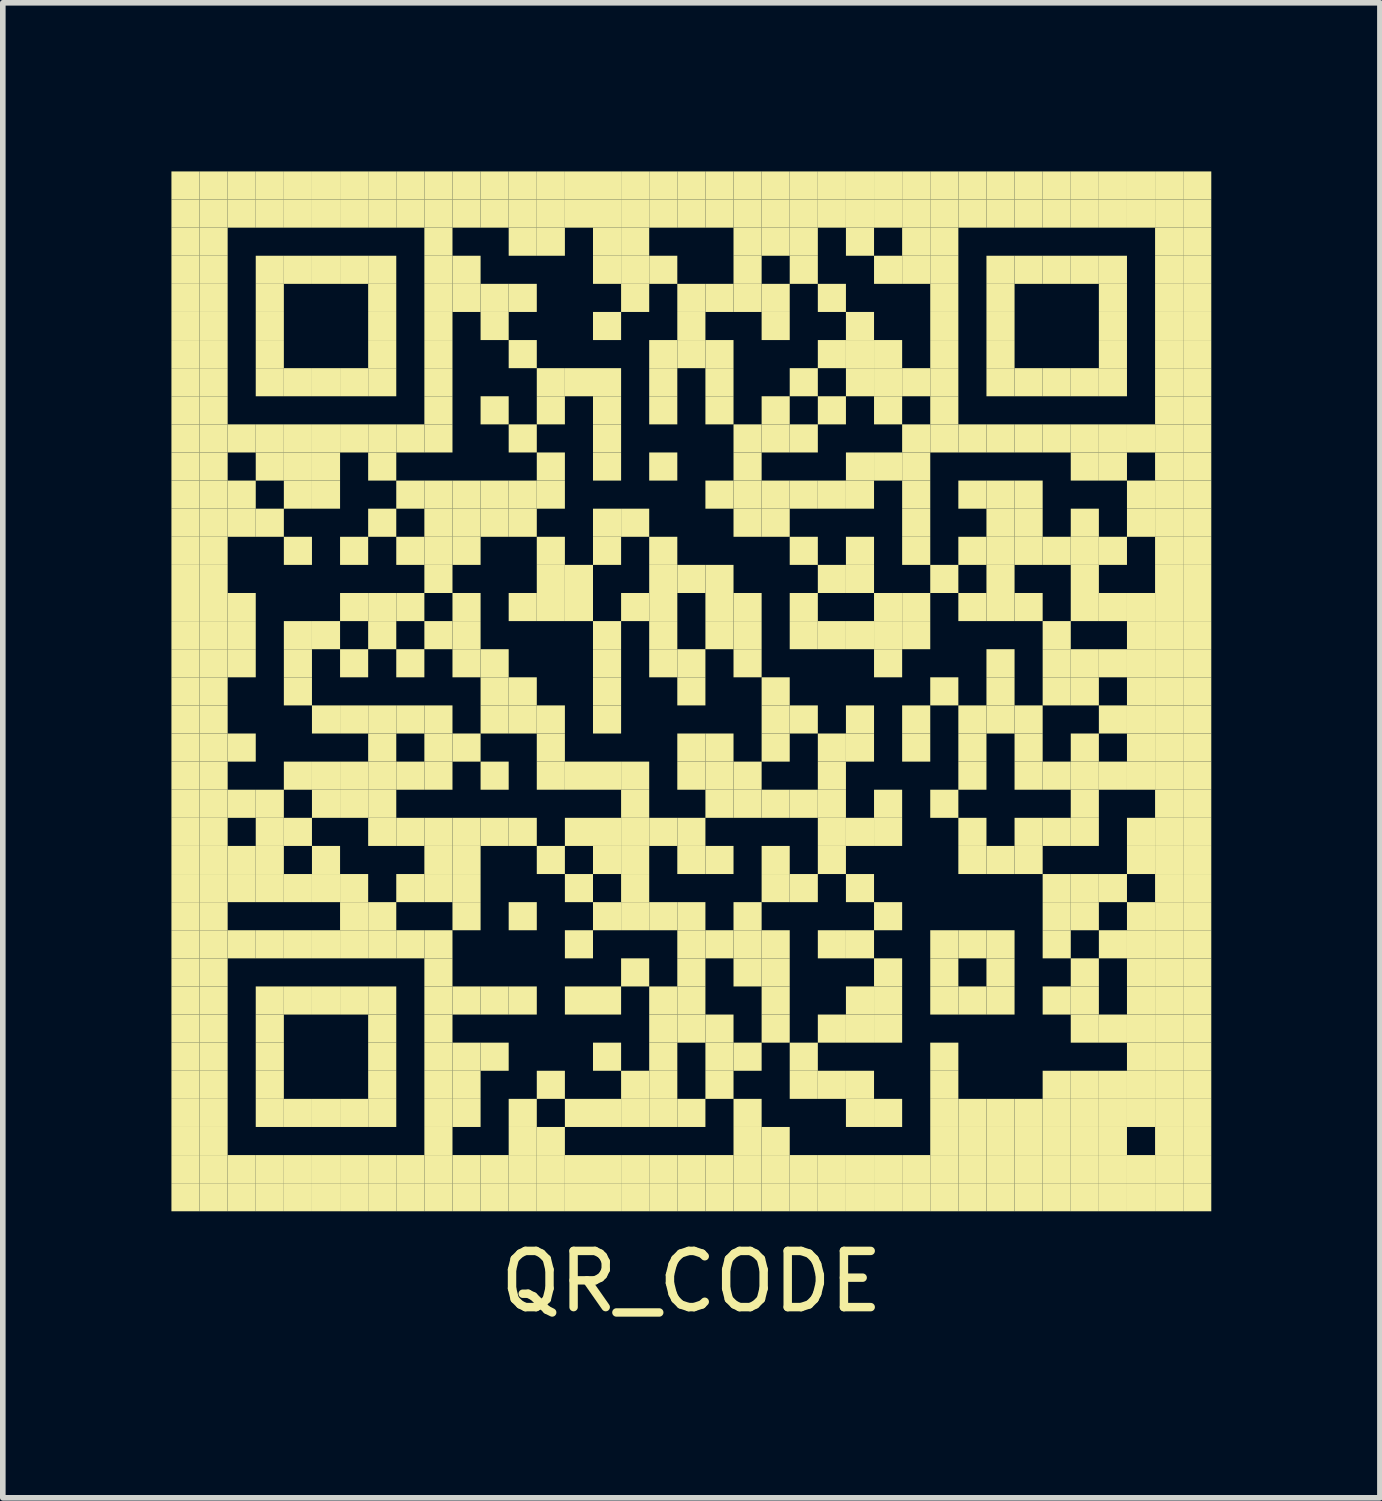
<source format=kicad_pcb>
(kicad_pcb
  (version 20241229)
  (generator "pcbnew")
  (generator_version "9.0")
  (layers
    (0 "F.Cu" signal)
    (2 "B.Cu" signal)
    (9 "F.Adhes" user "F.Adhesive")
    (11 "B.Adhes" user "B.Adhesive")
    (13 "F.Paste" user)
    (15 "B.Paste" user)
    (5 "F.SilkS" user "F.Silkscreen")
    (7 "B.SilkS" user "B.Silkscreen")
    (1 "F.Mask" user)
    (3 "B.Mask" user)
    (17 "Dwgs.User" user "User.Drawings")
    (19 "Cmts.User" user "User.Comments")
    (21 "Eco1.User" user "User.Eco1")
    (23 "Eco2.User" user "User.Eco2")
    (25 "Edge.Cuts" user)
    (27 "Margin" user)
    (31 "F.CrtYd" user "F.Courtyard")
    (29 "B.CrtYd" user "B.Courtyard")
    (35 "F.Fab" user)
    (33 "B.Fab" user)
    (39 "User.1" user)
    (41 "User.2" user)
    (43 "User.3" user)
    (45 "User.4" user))
  (footprint "QR_CODE"
    (layer "F.Cu")
    (at 9.25 9.25)
    (property "Reference" "QR_CODE" (at 0 10.5 0) (layer "F.SilkS") (effects (font (size 1 1) (thickness 0.15))))
    (attr through_hole)
    (fp_poly (pts (xy -8.75 -8.75) (xy -8.75 -9.25) (xy -9.25 -9.25) (xy -9.25 -8.75)) (stroke (width 0) (type solid)) (fill yes) (layer "F.SilkS"))
    (fp_poly (pts (xy -8.75 -8.25) (xy -8.75 -8.75) (xy -9.25 -8.75) (xy -9.25 -8.25)) (stroke (width 0) (type solid)) (fill yes) (layer "F.SilkS"))
    (fp_poly (pts (xy -8.75 -7.75) (xy -8.75 -8.25) (xy -9.25 -8.25) (xy -9.25 -7.75)) (stroke (width 0) (type solid)) (fill yes) (layer "F.SilkS"))
    (fp_poly (pts (xy -8.75 -7.25) (xy -8.75 -7.75) (xy -9.25 -7.75) (xy -9.25 -7.25)) (stroke (width 0) (type solid)) (fill yes) (layer "F.SilkS"))
    (fp_poly (pts (xy -8.75 -6.75) (xy -8.75 -7.25) (xy -9.25 -7.25) (xy -9.25 -6.75)) (stroke (width 0) (type solid)) (fill yes) (layer "F.SilkS"))
    (fp_poly (pts (xy -8.75 -6.25) (xy -8.75 -6.75) (xy -9.25 -6.75) (xy -9.25 -6.25)) (stroke (width 0) (type solid)) (fill yes) (layer "F.SilkS"))
    (fp_poly (pts (xy -8.75 -5.75) (xy -8.75 -6.25) (xy -9.25 -6.25) (xy -9.25 -5.75)) (stroke (width 0) (type solid)) (fill yes) (layer "F.SilkS"))
    (fp_poly (pts (xy -8.75 -5.25) (xy -8.75 -5.75) (xy -9.25 -5.75) (xy -9.25 -5.25)) (stroke (width 0) (type solid)) (fill yes) (layer "F.SilkS"))
    (fp_poly (pts (xy -8.75 -4.75) (xy -8.75 -5.25) (xy -9.25 -5.25) (xy -9.25 -4.75)) (stroke (width 0) (type solid)) (fill yes) (layer "F.SilkS"))
    (fp_poly (pts (xy -8.75 -4.25) (xy -8.75 -4.75) (xy -9.25 -4.75) (xy -9.25 -4.25)) (stroke (width 0) (type solid)) (fill yes) (layer "F.SilkS"))
    (fp_poly (pts (xy -8.75 -3.75) (xy -8.75 -4.25) (xy -9.25 -4.25) (xy -9.25 -3.75)) (stroke (width 0) (type solid)) (fill yes) (layer "F.SilkS"))
    (fp_poly (pts (xy -8.75 -3.25) (xy -8.75 -3.75) (xy -9.25 -3.75) (xy -9.25 -3.25)) (stroke (width 0) (type solid)) (fill yes) (layer "F.SilkS"))
    (fp_poly (pts (xy -8.75 -2.75) (xy -8.75 -3.25) (xy -9.25 -3.25) (xy -9.25 -2.75)) (stroke (width 0) (type solid)) (fill yes) (layer "F.SilkS"))
    (fp_poly (pts (xy -8.75 -2.25) (xy -8.75 -2.75) (xy -9.25 -2.75) (xy -9.25 -2.25)) (stroke (width 0) (type solid)) (fill yes) (layer "F.SilkS"))
    (fp_poly (pts (xy -8.75 -1.75) (xy -8.75 -2.25) (xy -9.25 -2.25) (xy -9.25 -1.75)) (stroke (width 0) (type solid)) (fill yes) (layer "F.SilkS"))
    (fp_poly (pts (xy -8.75 -1.25) (xy -8.75 -1.75) (xy -9.25 -1.75) (xy -9.25 -1.25)) (stroke (width 0) (type solid)) (fill yes) (layer "F.SilkS"))
    (fp_poly (pts (xy -8.75 -0.75) (xy -8.75 -1.25) (xy -9.25 -1.25) (xy -9.25 -0.75)) (stroke (width 0) (type solid)) (fill yes) (layer "F.SilkS"))
    (fp_poly (pts (xy -8.75 -0.25) (xy -8.75 -0.75) (xy -9.25 -0.75) (xy -9.25 -0.25)) (stroke (width 0) (type solid)) (fill yes) (layer "F.SilkS"))
    (fp_poly (pts (xy -8.75 0.25) (xy -8.75 -0.25) (xy -9.25 -0.25) (xy -9.25 0.25)) (stroke (width 0) (type solid)) (fill yes) (layer "F.SilkS"))
    (fp_poly (pts (xy -8.75 0.75) (xy -8.75 0.25) (xy -9.25 0.25) (xy -9.25 0.75)) (stroke (width 0) (type solid)) (fill yes) (layer "F.SilkS"))
    (fp_poly (pts (xy -8.75 1.25) (xy -8.75 0.75) (xy -9.25 0.75) (xy -9.25 1.25)) (stroke (width 0) (type solid)) (fill yes) (layer "F.SilkS"))
    (fp_poly (pts (xy -8.75 1.75) (xy -8.75 1.25) (xy -9.25 1.25) (xy -9.25 1.75)) (stroke (width 0) (type solid)) (fill yes) (layer "F.SilkS"))
    (fp_poly (pts (xy -8.75 2.25) (xy -8.75 1.75) (xy -9.25 1.75) (xy -9.25 2.25)) (stroke (width 0) (type solid)) (fill yes) (layer "F.SilkS"))
    (fp_poly (pts (xy -8.75 2.75) (xy -8.75 2.25) (xy -9.25 2.25) (xy -9.25 2.75)) (stroke (width 0) (type solid)) (fill yes) (layer "F.SilkS"))
    (fp_poly (pts (xy -8.75 3.25) (xy -8.75 2.75) (xy -9.25 2.75) (xy -9.25 3.25)) (stroke (width 0) (type solid)) (fill yes) (layer "F.SilkS"))
    (fp_poly (pts (xy -8.75 3.75) (xy -8.75 3.25) (xy -9.25 3.25) (xy -9.25 3.75)) (stroke (width 0) (type solid)) (fill yes) (layer "F.SilkS"))
    (fp_poly (pts (xy -8.75 4.25) (xy -8.75 3.75) (xy -9.25 3.75) (xy -9.25 4.25)) (stroke (width 0) (type solid)) (fill yes) (layer "F.SilkS"))
    (fp_poly (pts (xy -8.75 4.75) (xy -8.75 4.25) (xy -9.25 4.25) (xy -9.25 4.75)) (stroke (width 0) (type solid)) (fill yes) (layer "F.SilkS"))
    (fp_poly (pts (xy -8.75 5.25) (xy -8.75 4.75) (xy -9.25 4.75) (xy -9.25 5.25)) (stroke (width 0) (type solid)) (fill yes) (layer "F.SilkS"))
    (fp_poly (pts (xy -8.75 5.75) (xy -8.75 5.25) (xy -9.25 5.25) (xy -9.25 5.75)) (stroke (width 0) (type solid)) (fill yes) (layer "F.SilkS"))
    (fp_poly (pts (xy -8.75 6.25) (xy -8.75 5.75) (xy -9.25 5.75) (xy -9.25 6.25)) (stroke (width 0) (type solid)) (fill yes) (layer "F.SilkS"))
    (fp_poly (pts (xy -8.75 6.75) (xy -8.75 6.25) (xy -9.25 6.25) (xy -9.25 6.75)) (stroke (width 0) (type solid)) (fill yes) (layer "F.SilkS"))
    (fp_poly (pts (xy -8.75 7.25) (xy -8.75 6.75) (xy -9.25 6.75) (xy -9.25 7.25)) (stroke (width 0) (type solid)) (fill yes) (layer "F.SilkS"))
    (fp_poly (pts (xy -8.75 7.75) (xy -8.75 7.25) (xy -9.25 7.25) (xy -9.25 7.75)) (stroke (width 0) (type solid)) (fill yes) (layer "F.SilkS"))
    (fp_poly (pts (xy -8.75 8.25) (xy -8.75 7.75) (xy -9.25 7.75) (xy -9.25 8.25)) (stroke (width 0) (type solid)) (fill yes) (layer "F.SilkS"))
    (fp_poly (pts (xy -8.75 8.75) (xy -8.75 8.25) (xy -9.25 8.25) (xy -9.25 8.75)) (stroke (width 0) (type solid)) (fill yes) (layer "F.SilkS"))
    (fp_poly (pts (xy -8.75 9.25) (xy -8.75 8.75) (xy -9.25 8.75) (xy -9.25 9.25)) (stroke (width 0) (type solid)) (fill yes) (layer "F.SilkS"))
    (fp_poly (pts (xy -8.25 -8.75) (xy -8.25 -9.25) (xy -8.75 -9.25) (xy -8.75 -8.75)) (stroke (width 0) (type solid)) (fill yes) (layer "F.SilkS"))
    (fp_poly (pts (xy -8.25 -8.25) (xy -8.25 -8.75) (xy -8.75 -8.75) (xy -8.75 -8.25)) (stroke (width 0) (type solid)) (fill yes) (layer "F.SilkS"))
    (fp_poly (pts (xy -8.25 -7.75) (xy -8.25 -8.25) (xy -8.75 -8.25) (xy -8.75 -7.75)) (stroke (width 0) (type solid)) (fill yes) (layer "F.SilkS"))
    (fp_poly (pts (xy -8.25 -7.25) (xy -8.25 -7.75) (xy -8.75 -7.75) (xy -8.75 -7.25)) (stroke (width 0) (type solid)) (fill yes) (layer "F.SilkS"))
    (fp_poly (pts (xy -8.25 -6.75) (xy -8.25 -7.25) (xy -8.75 -7.25) (xy -8.75 -6.75)) (stroke (width 0) (type solid)) (fill yes) (layer "F.SilkS"))
    (fp_poly (pts (xy -8.25 -6.25) (xy -8.25 -6.75) (xy -8.75 -6.75) (xy -8.75 -6.25)) (stroke (width 0) (type solid)) (fill yes) (layer "F.SilkS"))
    (fp_poly (pts (xy -8.25 -5.75) (xy -8.25 -6.25) (xy -8.75 -6.25) (xy -8.75 -5.75)) (stroke (width 0) (type solid)) (fill yes) (layer "F.SilkS"))
    (fp_poly (pts (xy -8.25 -5.25) (xy -8.25 -5.75) (xy -8.75 -5.75) (xy -8.75 -5.25)) (stroke (width 0) (type solid)) (fill yes) (layer "F.SilkS"))
    (fp_poly (pts (xy -8.25 -4.75) (xy -8.25 -5.25) (xy -8.75 -5.25) (xy -8.75 -4.75)) (stroke (width 0) (type solid)) (fill yes) (layer "F.SilkS"))
    (fp_poly (pts (xy -8.25 -4.25) (xy -8.25 -4.75) (xy -8.75 -4.75) (xy -8.75 -4.25)) (stroke (width 0) (type solid)) (fill yes) (layer "F.SilkS"))
    (fp_poly (pts (xy -8.25 -3.75) (xy -8.25 -4.25) (xy -8.75 -4.25) (xy -8.75 -3.75)) (stroke (width 0) (type solid)) (fill yes) (layer "F.SilkS"))
    (fp_poly (pts (xy -8.25 -3.25) (xy -8.25 -3.75) (xy -8.75 -3.75) (xy -8.75 -3.25)) (stroke (width 0) (type solid)) (fill yes) (layer "F.SilkS"))
    (fp_poly (pts (xy -8.25 -2.75) (xy -8.25 -3.25) (xy -8.75 -3.25) (xy -8.75 -2.75)) (stroke (width 0) (type solid)) (fill yes) (layer "F.SilkS"))
    (fp_poly (pts (xy -8.25 -2.25) (xy -8.25 -2.75) (xy -8.75 -2.75) (xy -8.75 -2.25)) (stroke (width 0) (type solid)) (fill yes) (layer "F.SilkS"))
    (fp_poly (pts (xy -8.25 -1.75) (xy -8.25 -2.25) (xy -8.75 -2.25) (xy -8.75 -1.75)) (stroke (width 0) (type solid)) (fill yes) (layer "F.SilkS"))
    (fp_poly (pts (xy -8.25 -1.25) (xy -8.25 -1.75) (xy -8.75 -1.75) (xy -8.75 -1.25)) (stroke (width 0) (type solid)) (fill yes) (layer "F.SilkS"))
    (fp_poly (pts (xy -8.25 -0.75) (xy -8.25 -1.25) (xy -8.75 -1.25) (xy -8.75 -0.75)) (stroke (width 0) (type solid)) (fill yes) (layer "F.SilkS"))
    (fp_poly (pts (xy -8.25 -0.25) (xy -8.25 -0.75) (xy -8.75 -0.75) (xy -8.75 -0.25)) (stroke (width 0) (type solid)) (fill yes) (layer "F.SilkS"))
    (fp_poly (pts (xy -8.25 0.25) (xy -8.25 -0.25) (xy -8.75 -0.25) (xy -8.75 0.25)) (stroke (width 0) (type solid)) (fill yes) (layer "F.SilkS"))
    (fp_poly (pts (xy -8.25 0.75) (xy -8.25 0.25) (xy -8.75 0.25) (xy -8.75 0.75)) (stroke (width 0) (type solid)) (fill yes) (layer "F.SilkS"))
    (fp_poly (pts (xy -8.25 1.25) (xy -8.25 0.75) (xy -8.75 0.75) (xy -8.75 1.25)) (stroke (width 0) (type solid)) (fill yes) (layer "F.SilkS"))
    (fp_poly (pts (xy -8.25 1.75) (xy -8.25 1.25) (xy -8.75 1.25) (xy -8.75 1.75)) (stroke (width 0) (type solid)) (fill yes) (layer "F.SilkS"))
    (fp_poly (pts (xy -8.25 2.25) (xy -8.25 1.75) (xy -8.75 1.75) (xy -8.75 2.25)) (stroke (width 0) (type solid)) (fill yes) (layer "F.SilkS"))
    (fp_poly (pts (xy -8.25 2.75) (xy -8.25 2.25) (xy -8.75 2.25) (xy -8.75 2.75)) (stroke (width 0) (type solid)) (fill yes) (layer "F.SilkS"))
    (fp_poly (pts (xy -8.25 3.25) (xy -8.25 2.75) (xy -8.75 2.75) (xy -8.75 3.25)) (stroke (width 0) (type solid)) (fill yes) (layer "F.SilkS"))
    (fp_poly (pts (xy -8.25 3.75) (xy -8.25 3.25) (xy -8.75 3.25) (xy -8.75 3.75)) (stroke (width 0) (type solid)) (fill yes) (layer "F.SilkS"))
    (fp_poly (pts (xy -8.25 4.25) (xy -8.25 3.75) (xy -8.75 3.75) (xy -8.75 4.25)) (stroke (width 0) (type solid)) (fill yes) (layer "F.SilkS"))
    (fp_poly (pts (xy -8.25 4.75) (xy -8.25 4.25) (xy -8.75 4.25) (xy -8.75 4.75)) (stroke (width 0) (type solid)) (fill yes) (layer "F.SilkS"))
    (fp_poly (pts (xy -8.25 5.25) (xy -8.25 4.75) (xy -8.75 4.75) (xy -8.75 5.25)) (stroke (width 0) (type solid)) (fill yes) (layer "F.SilkS"))
    (fp_poly (pts (xy -8.25 5.75) (xy -8.25 5.25) (xy -8.75 5.25) (xy -8.75 5.75)) (stroke (width 0) (type solid)) (fill yes) (layer "F.SilkS"))
    (fp_poly (pts (xy -8.25 6.25) (xy -8.25 5.75) (xy -8.75 5.75) (xy -8.75 6.25)) (stroke (width 0) (type solid)) (fill yes) (layer "F.SilkS"))
    (fp_poly (pts (xy -8.25 6.75) (xy -8.25 6.25) (xy -8.75 6.25) (xy -8.75 6.75)) (stroke (width 0) (type solid)) (fill yes) (layer "F.SilkS"))
    (fp_poly (pts (xy -8.25 7.25) (xy -8.25 6.75) (xy -8.75 6.75) (xy -8.75 7.25)) (stroke (width 0) (type solid)) (fill yes) (layer "F.SilkS"))
    (fp_poly (pts (xy -8.25 7.75) (xy -8.25 7.25) (xy -8.75 7.25) (xy -8.75 7.75)) (stroke (width 0) (type solid)) (fill yes) (layer "F.SilkS"))
    (fp_poly (pts (xy -8.25 8.25) (xy -8.25 7.75) (xy -8.75 7.75) (xy -8.75 8.25)) (stroke (width 0) (type solid)) (fill yes) (layer "F.SilkS"))
    (fp_poly (pts (xy -8.25 8.75) (xy -8.25 8.25) (xy -8.75 8.25) (xy -8.75 8.75)) (stroke (width 0) (type solid)) (fill yes) (layer "F.SilkS"))
    (fp_poly (pts (xy -8.25 9.25) (xy -8.25 8.75) (xy -8.75 8.75) (xy -8.75 9.25)) (stroke (width 0) (type solid)) (fill yes) (layer "F.SilkS"))
    (fp_poly (pts (xy -7.75 -8.75) (xy -7.75 -9.25) (xy -8.25 -9.25) (xy -8.25 -8.75)) (stroke (width 0) (type solid)) (fill yes) (layer "F.SilkS"))
    (fp_poly (pts (xy -7.75 -8.25) (xy -7.75 -8.75) (xy -8.25 -8.75) (xy -8.25 -8.25)) (stroke (width 0) (type solid)) (fill yes) (layer "F.SilkS"))
    (fp_poly (pts (xy -7.75 -4.25) (xy -7.75 -4.75) (xy -8.25 -4.75) (xy -8.25 -4.25)) (stroke (width 0) (type solid)) (fill yes) (layer "F.SilkS"))
    (fp_poly (pts (xy -7.75 -3.25) (xy -7.75 -3.75) (xy -8.25 -3.75) (xy -8.25 -3.25)) (stroke (width 0) (type solid)) (fill yes) (layer "F.SilkS"))
    (fp_poly (pts (xy -7.75 -2.75) (xy -7.75 -3.25) (xy -8.25 -3.25) (xy -8.25 -2.75)) (stroke (width 0) (type solid)) (fill yes) (layer "F.SilkS"))
    (fp_poly (pts (xy -7.75 -1.25) (xy -7.75 -1.75) (xy -8.25 -1.75) (xy -8.25 -1.25)) (stroke (width 0) (type solid)) (fill yes) (layer "F.SilkS"))
    (fp_poly (pts (xy -7.75 -0.75) (xy -7.75 -1.25) (xy -8.25 -1.25) (xy -8.25 -0.75)) (stroke (width 0) (type solid)) (fill yes) (layer "F.SilkS"))
    (fp_poly (pts (xy -7.75 -0.25) (xy -7.75 -0.75) (xy -8.25 -0.75) (xy -8.25 -0.25)) (stroke (width 0) (type solid)) (fill yes) (layer "F.SilkS"))
    (fp_poly (pts (xy -7.75 1.25) (xy -7.75 0.75) (xy -8.25 0.75) (xy -8.25 1.25)) (stroke (width 0) (type solid)) (fill yes) (layer "F.SilkS"))
    (fp_poly (pts (xy -7.75 2.25) (xy -7.75 1.75) (xy -8.25 1.75) (xy -8.25 2.25)) (stroke (width 0) (type solid)) (fill yes) (layer "F.SilkS"))
    (fp_poly (pts (xy -7.75 3.25) (xy -7.75 2.75) (xy -8.25 2.75) (xy -8.25 3.25)) (stroke (width 0) (type solid)) (fill yes) (layer "F.SilkS"))
    (fp_poly (pts (xy -7.75 3.75) (xy -7.75 3.25) (xy -8.25 3.25) (xy -8.25 3.75)) (stroke (width 0) (type solid)) (fill yes) (layer "F.SilkS"))
    (fp_poly (pts (xy -7.75 4.75) (xy -7.75 4.25) (xy -8.25 4.25) (xy -8.25 4.75)) (stroke (width 0) (type solid)) (fill yes) (layer "F.SilkS"))
    (fp_poly (pts (xy -7.75 8.75) (xy -7.75 8.25) (xy -8.25 8.25) (xy -8.25 8.75)) (stroke (width 0) (type solid)) (fill yes) (layer "F.SilkS"))
    (fp_poly (pts (xy -7.75 9.25) (xy -7.75 8.75) (xy -8.25 8.75) (xy -8.25 9.25)) (stroke (width 0) (type solid)) (fill yes) (layer "F.SilkS"))
    (fp_poly (pts (xy -7.25 -8.75) (xy -7.25 -9.25) (xy -7.75 -9.25) (xy -7.75 -8.75)) (stroke (width 0) (type solid)) (fill yes) (layer "F.SilkS"))
    (fp_poly (pts (xy -7.25 -8.25) (xy -7.25 -8.75) (xy -7.75 -8.75) (xy -7.75 -8.25)) (stroke (width 0) (type solid)) (fill yes) (layer "F.SilkS"))
    (fp_poly (pts (xy -7.25 -7.25) (xy -7.25 -7.75) (xy -7.75 -7.75) (xy -7.75 -7.25)) (stroke (width 0) (type solid)) (fill yes) (layer "F.SilkS"))
    (fp_poly (pts (xy -7.25 -6.75) (xy -7.25 -7.25) (xy -7.75 -7.25) (xy -7.75 -6.75)) (stroke (width 0) (type solid)) (fill yes) (layer "F.SilkS"))
    (fp_poly (pts (xy -7.25 -6.25) (xy -7.25 -6.75) (xy -7.75 -6.75) (xy -7.75 -6.25)) (stroke (width 0) (type solid)) (fill yes) (layer "F.SilkS"))
    (fp_poly (pts (xy -7.25 -5.75) (xy -7.25 -6.25) (xy -7.75 -6.25) (xy -7.75 -5.75)) (stroke (width 0) (type solid)) (fill yes) (layer "F.SilkS"))
    (fp_poly (pts (xy -7.25 -5.25) (xy -7.25 -5.75) (xy -7.75 -5.75) (xy -7.75 -5.25)) (stroke (width 0) (type solid)) (fill yes) (layer "F.SilkS"))
    (fp_poly (pts (xy -7.25 -4.25) (xy -7.25 -4.75) (xy -7.75 -4.75) (xy -7.75 -4.25)) (stroke (width 0) (type solid)) (fill yes) (layer "F.SilkS"))
    (fp_poly (pts (xy -7.25 -3.75) (xy -7.25 -4.25) (xy -7.75 -4.25) (xy -7.75 -3.75)) (stroke (width 0) (type solid)) (fill yes) (layer "F.SilkS"))
    (fp_poly (pts (xy -7.25 -2.75) (xy -7.25 -3.25) (xy -7.75 -3.25) (xy -7.75 -2.75)) (stroke (width 0) (type solid)) (fill yes) (layer "F.SilkS"))
    (fp_poly (pts (xy -7.25 2.25) (xy -7.25 1.75) (xy -7.75 1.75) (xy -7.75 2.25)) (stroke (width 0) (type solid)) (fill yes) (layer "F.SilkS"))
    (fp_poly (pts (xy -7.25 2.75) (xy -7.25 2.25) (xy -7.75 2.25) (xy -7.75 2.75)) (stroke (width 0) (type solid)) (fill yes) (layer "F.SilkS"))
    (fp_poly (pts (xy -7.25 3.25) (xy -7.25 2.75) (xy -7.75 2.75) (xy -7.75 3.25)) (stroke (width 0) (type solid)) (fill yes) (layer "F.SilkS"))
    (fp_poly (pts (xy -7.25 3.75) (xy -7.25 3.25) (xy -7.75 3.25) (xy -7.75 3.75)) (stroke (width 0) (type solid)) (fill yes) (layer "F.SilkS"))
    (fp_poly (pts (xy -7.25 4.75) (xy -7.25 4.25) (xy -7.75 4.25) (xy -7.75 4.75)) (stroke (width 0) (type solid)) (fill yes) (layer "F.SilkS"))
    (fp_poly (pts (xy -7.25 5.75) (xy -7.25 5.25) (xy -7.75 5.25) (xy -7.75 5.75)) (stroke (width 0) (type solid)) (fill yes) (layer "F.SilkS"))
    (fp_poly (pts (xy -7.25 6.25) (xy -7.25 5.75) (xy -7.75 5.75) (xy -7.75 6.25)) (stroke (width 0) (type solid)) (fill yes) (layer "F.SilkS"))
    (fp_poly (pts (xy -7.25 6.75) (xy -7.25 6.25) (xy -7.75 6.25) (xy -7.75 6.75)) (stroke (width 0) (type solid)) (fill yes) (layer "F.SilkS"))
    (fp_poly (pts (xy -7.25 7.25) (xy -7.25 6.75) (xy -7.75 6.75) (xy -7.75 7.25)) (stroke (width 0) (type solid)) (fill yes) (layer "F.SilkS"))
    (fp_poly (pts (xy -7.25 7.75) (xy -7.25 7.25) (xy -7.75 7.25) (xy -7.75 7.75)) (stroke (width 0) (type solid)) (fill yes) (layer "F.SilkS"))
    (fp_poly (pts (xy -7.25 8.75) (xy -7.25 8.25) (xy -7.75 8.25) (xy -7.75 8.75)) (stroke (width 0) (type solid)) (fill yes) (layer "F.SilkS"))
    (fp_poly (pts (xy -7.25 9.25) (xy -7.25 8.75) (xy -7.75 8.75) (xy -7.75 9.25)) (stroke (width 0) (type solid)) (fill yes) (layer "F.SilkS"))
    (fp_poly (pts (xy -6.75 -8.75) (xy -6.75 -9.25) (xy -7.25 -9.25) (xy -7.25 -8.75)) (stroke (width 0) (type solid)) (fill yes) (layer "F.SilkS"))
    (fp_poly (pts (xy -6.75 -8.25) (xy -6.75 -8.75) (xy -7.25 -8.75) (xy -7.25 -8.25)) (stroke (width 0) (type solid)) (fill yes) (layer "F.SilkS"))
    (fp_poly (pts (xy -6.75 -7.25) (xy -6.75 -7.75) (xy -7.25 -7.75) (xy -7.25 -7.25)) (stroke (width 0) (type solid)) (fill yes) (layer "F.SilkS"))
    (fp_poly (pts (xy -6.75 -5.25) (xy -6.75 -5.75) (xy -7.25 -5.75) (xy -7.25 -5.25)) (stroke (width 0) (type solid)) (fill yes) (layer "F.SilkS"))
    (fp_poly (pts (xy -6.75 -4.25) (xy -6.75 -4.75) (xy -7.25 -4.75) (xy -7.25 -4.25)) (stroke (width 0) (type solid)) (fill yes) (layer "F.SilkS"))
    (fp_poly (pts (xy -6.75 -3.75) (xy -6.75 -4.25) (xy -7.25 -4.25) (xy -7.25 -3.75)) (stroke (width 0) (type solid)) (fill yes) (layer "F.SilkS"))
    (fp_poly (pts (xy -6.75 -3.25) (xy -6.75 -3.75) (xy -7.25 -3.75) (xy -7.25 -3.25)) (stroke (width 0) (type solid)) (fill yes) (layer "F.SilkS"))
    (fp_poly (pts (xy -6.75 -2.25) (xy -6.75 -2.75) (xy -7.25 -2.75) (xy -7.25 -2.25)) (stroke (width 0) (type solid)) (fill yes) (layer "F.SilkS"))
    (fp_poly (pts (xy -6.75 -0.75) (xy -6.75 -1.25) (xy -7.25 -1.25) (xy -7.25 -0.75)) (stroke (width 0) (type solid)) (fill yes) (layer "F.SilkS"))
    (fp_poly (pts (xy -6.75 -0.25) (xy -6.75 -0.75) (xy -7.25 -0.75) (xy -7.25 -0.25)) (stroke (width 0) (type solid)) (fill yes) (layer "F.SilkS"))
    (fp_poly (pts (xy -6.75 0.25) (xy -6.75 -0.25) (xy -7.25 -0.25) (xy -7.25 0.25)) (stroke (width 0) (type solid)) (fill yes) (layer "F.SilkS"))
    (fp_poly (pts (xy -6.75 1.75) (xy -6.75 1.25) (xy -7.25 1.25) (xy -7.25 1.75)) (stroke (width 0) (type solid)) (fill yes) (layer "F.SilkS"))
    (fp_poly (pts (xy -6.75 2.75) (xy -6.75 2.25) (xy -7.25 2.25) (xy -7.25 2.75)) (stroke (width 0) (type solid)) (fill yes) (layer "F.SilkS"))
    (fp_poly (pts (xy -6.75 3.75) (xy -6.75 3.25) (xy -7.25 3.25) (xy -7.25 3.75)) (stroke (width 0) (type solid)) (fill yes) (layer "F.SilkS"))
    (fp_poly (pts (xy -6.75 4.75) (xy -6.75 4.25) (xy -7.25 4.25) (xy -7.25 4.75)) (stroke (width 0) (type solid)) (fill yes) (layer "F.SilkS"))
    (fp_poly (pts (xy -6.75 5.75) (xy -6.75 5.25) (xy -7.25 5.25) (xy -7.25 5.75)) (stroke (width 0) (type solid)) (fill yes) (layer "F.SilkS"))
    (fp_poly (pts (xy -6.75 7.75) (xy -6.75 7.25) (xy -7.25 7.25) (xy -7.25 7.75)) (stroke (width 0) (type solid)) (fill yes) (layer "F.SilkS"))
    (fp_poly (pts (xy -6.75 8.75) (xy -6.75 8.25) (xy -7.25 8.25) (xy -7.25 8.75)) (stroke (width 0) (type solid)) (fill yes) (layer "F.SilkS"))
    (fp_poly (pts (xy -6.75 9.25) (xy -6.75 8.75) (xy -7.25 8.75) (xy -7.25 9.25)) (stroke (width 0) (type solid)) (fill yes) (layer "F.SilkS"))
    (fp_poly (pts (xy -6.25 -8.75) (xy -6.25 -9.25) (xy -6.75 -9.25) (xy -6.75 -8.75)) (stroke (width 0) (type solid)) (fill yes) (layer "F.SilkS"))
    (fp_poly (pts (xy -6.25 -8.25) (xy -6.25 -8.75) (xy -6.75 -8.75) (xy -6.75 -8.25)) (stroke (width 0) (type solid)) (fill yes) (layer "F.SilkS"))
    (fp_poly (pts (xy -6.25 -7.25) (xy -6.25 -7.75) (xy -6.75 -7.75) (xy -6.75 -7.25)) (stroke (width 0) (type solid)) (fill yes) (layer "F.SilkS"))
    (fp_poly (pts (xy -6.25 -5.25) (xy -6.25 -5.75) (xy -6.75 -5.75) (xy -6.75 -5.25)) (stroke (width 0) (type solid)) (fill yes) (layer "F.SilkS"))
    (fp_poly (pts (xy -6.25 -4.25) (xy -6.25 -4.75) (xy -6.75 -4.75) (xy -6.75 -4.25)) (stroke (width 0) (type solid)) (fill yes) (layer "F.SilkS"))
    (fp_poly (pts (xy -6.25 -3.75) (xy -6.25 -4.25) (xy -6.75 -4.25) (xy -6.75 -3.75)) (stroke (width 0) (type solid)) (fill yes) (layer "F.SilkS"))
    (fp_poly (pts (xy -6.25 -3.25) (xy -6.25 -3.75) (xy -6.75 -3.75) (xy -6.75 -3.25)) (stroke (width 0) (type solid)) (fill yes) (layer "F.SilkS"))
    (fp_poly (pts (xy -6.25 -0.75) (xy -6.25 -1.25) (xy -6.75 -1.25) (xy -6.75 -0.75)) (stroke (width 0) (type solid)) (fill yes) (layer "F.SilkS"))
    (fp_poly (pts (xy -6.25 0.75) (xy -6.25 0.25) (xy -6.75 0.25) (xy -6.75 0.75)) (stroke (width 0) (type solid)) (fill yes) (layer "F.SilkS"))
    (fp_poly (pts (xy -6.25 1.75) (xy -6.25 1.25) (xy -6.75 1.25) (xy -6.75 1.75)) (stroke (width 0) (type solid)) (fill yes) (layer "F.SilkS"))
    (fp_poly (pts (xy -6.25 2.25) (xy -6.25 1.75) (xy -6.75 1.75) (xy -6.75 2.25)) (stroke (width 0) (type solid)) (fill yes) (layer "F.SilkS"))
    (fp_poly (pts (xy -6.25 3.25) (xy -6.25 2.75) (xy -6.75 2.75) (xy -6.75 3.25)) (stroke (width 0) (type solid)) (fill yes) (layer "F.SilkS"))
    (fp_poly (pts (xy -6.25 3.75) (xy -6.25 3.25) (xy -6.75 3.25) (xy -6.75 3.75)) (stroke (width 0) (type solid)) (fill yes) (layer "F.SilkS"))
    (fp_poly (pts (xy -6.25 4.75) (xy -6.25 4.25) (xy -6.75 4.25) (xy -6.75 4.75)) (stroke (width 0) (type solid)) (fill yes) (layer "F.SilkS"))
    (fp_poly (pts (xy -6.25 5.75) (xy -6.25 5.25) (xy -6.75 5.25) (xy -6.75 5.75)) (stroke (width 0) (type solid)) (fill yes) (layer "F.SilkS"))
    (fp_poly (pts (xy -6.25 7.75) (xy -6.25 7.25) (xy -6.75 7.25) (xy -6.75 7.75)) (stroke (width 0) (type solid)) (fill yes) (layer "F.SilkS"))
    (fp_poly (pts (xy -6.25 8.75) (xy -6.25 8.25) (xy -6.75 8.25) (xy -6.75 8.75)) (stroke (width 0) (type solid)) (fill yes) (layer "F.SilkS"))
    (fp_poly (pts (xy -6.25 9.25) (xy -6.25 8.75) (xy -6.75 8.75) (xy -6.75 9.25)) (stroke (width 0) (type solid)) (fill yes) (layer "F.SilkS"))
    (fp_poly (pts (xy -5.75 -8.75) (xy -5.75 -9.25) (xy -6.25 -9.25) (xy -6.25 -8.75)) (stroke (width 0) (type solid)) (fill yes) (layer "F.SilkS"))
    (fp_poly (pts (xy -5.75 -8.25) (xy -5.75 -8.75) (xy -6.25 -8.75) (xy -6.25 -8.25)) (stroke (width 0) (type solid)) (fill yes) (layer "F.SilkS"))
    (fp_poly (pts (xy -5.75 -7.25) (xy -5.75 -7.75) (xy -6.25 -7.75) (xy -6.25 -7.25)) (stroke (width 0) (type solid)) (fill yes) (layer "F.SilkS"))
    (fp_poly (pts (xy -5.75 -5.25) (xy -5.75 -5.75) (xy -6.25 -5.75) (xy -6.25 -5.25)) (stroke (width 0) (type solid)) (fill yes) (layer "F.SilkS"))
    (fp_poly (pts (xy -5.75 -4.25) (xy -5.75 -4.75) (xy -6.25 -4.75) (xy -6.25 -4.25)) (stroke (width 0) (type solid)) (fill yes) (layer "F.SilkS"))
    (fp_poly (pts (xy -5.75 -2.25) (xy -5.75 -2.75) (xy -6.25 -2.75) (xy -6.25 -2.25)) (stroke (width 0) (type solid)) (fill yes) (layer "F.SilkS"))
    (fp_poly (pts (xy -5.75 -1.25) (xy -5.75 -1.75) (xy -6.25 -1.75) (xy -6.25 -1.25)) (stroke (width 0) (type solid)) (fill yes) (layer "F.SilkS"))
    (fp_poly (pts (xy -5.75 -0.25) (xy -5.75 -0.75) (xy -6.25 -0.75) (xy -6.25 -0.25)) (stroke (width 0) (type solid)) (fill yes) (layer "F.SilkS"))
    (fp_poly (pts (xy -5.75 0.75) (xy -5.75 0.25) (xy -6.25 0.25) (xy -6.25 0.75)) (stroke (width 0) (type solid)) (fill yes) (layer "F.SilkS"))
    (fp_poly (pts (xy -5.75 1.75) (xy -5.75 1.25) (xy -6.25 1.25) (xy -6.25 1.75)) (stroke (width 0) (type solid)) (fill yes) (layer "F.SilkS"))
    (fp_poly (pts (xy -5.75 2.25) (xy -5.75 1.75) (xy -6.25 1.75) (xy -6.25 2.25)) (stroke (width 0) (type solid)) (fill yes) (layer "F.SilkS"))
    (fp_poly (pts (xy -5.75 3.75) (xy -5.75 3.25) (xy -6.25 3.25) (xy -6.25 3.75)) (stroke (width 0) (type solid)) (fill yes) (layer "F.SilkS"))
    (fp_poly (pts (xy -5.75 4.25) (xy -5.75 3.75) (xy -6.25 3.75) (xy -6.25 4.25)) (stroke (width 0) (type solid)) (fill yes) (layer "F.SilkS"))
    (fp_poly (pts (xy -5.75 4.75) (xy -5.75 4.25) (xy -6.25 4.25) (xy -6.25 4.75)) (stroke (width 0) (type solid)) (fill yes) (layer "F.SilkS"))
    (fp_poly (pts (xy -5.75 5.75) (xy -5.75 5.25) (xy -6.25 5.25) (xy -6.25 5.75)) (stroke (width 0) (type solid)) (fill yes) (layer "F.SilkS"))
    (fp_poly (pts (xy -5.75 7.75) (xy -5.75 7.25) (xy -6.25 7.25) (xy -6.25 7.75)) (stroke (width 0) (type solid)) (fill yes) (layer "F.SilkS"))
    (fp_poly (pts (xy -5.75 8.75) (xy -5.75 8.25) (xy -6.25 8.25) (xy -6.25 8.75)) (stroke (width 0) (type solid)) (fill yes) (layer "F.SilkS"))
    (fp_poly (pts (xy -5.75 9.25) (xy -5.75 8.75) (xy -6.25 8.75) (xy -6.25 9.25)) (stroke (width 0) (type solid)) (fill yes) (layer "F.SilkS"))
    (fp_poly (pts (xy -5.25 -8.75) (xy -5.25 -9.25) (xy -5.75 -9.25) (xy -5.75 -8.75)) (stroke (width 0) (type solid)) (fill yes) (layer "F.SilkS"))
    (fp_poly (pts (xy -5.25 -8.25) (xy -5.25 -8.75) (xy -5.75 -8.75) (xy -5.75 -8.25)) (stroke (width 0) (type solid)) (fill yes) (layer "F.SilkS"))
    (fp_poly (pts (xy -5.25 -7.25) (xy -5.25 -7.75) (xy -5.75 -7.75) (xy -5.75 -7.25)) (stroke (width 0) (type solid)) (fill yes) (layer "F.SilkS"))
    (fp_poly (pts (xy -5.25 -6.75) (xy -5.25 -7.25) (xy -5.75 -7.25) (xy -5.75 -6.75)) (stroke (width 0) (type solid)) (fill yes) (layer "F.SilkS"))
    (fp_poly (pts (xy -5.25 -6.25) (xy -5.25 -6.75) (xy -5.75 -6.75) (xy -5.75 -6.25)) (stroke (width 0) (type solid)) (fill yes) (layer "F.SilkS"))
    (fp_poly (pts (xy -5.25 -5.75) (xy -5.25 -6.25) (xy -5.75 -6.25) (xy -5.75 -5.75)) (stroke (width 0) (type solid)) (fill yes) (layer "F.SilkS"))
    (fp_poly (pts (xy -5.25 -5.25) (xy -5.25 -5.75) (xy -5.75 -5.75) (xy -5.75 -5.25)) (stroke (width 0) (type solid)) (fill yes) (layer "F.SilkS"))
    (fp_poly (pts (xy -5.25 -4.25) (xy -5.25 -4.75) (xy -5.75 -4.75) (xy -5.75 -4.25)) (stroke (width 0) (type solid)) (fill yes) (layer "F.SilkS"))
    (fp_poly (pts (xy -5.25 -3.75) (xy -5.25 -4.25) (xy -5.75 -4.25) (xy -5.75 -3.75)) (stroke (width 0) (type solid)) (fill yes) (layer "F.SilkS"))
    (fp_poly (pts (xy -5.25 -2.75) (xy -5.25 -3.25) (xy -5.75 -3.25) (xy -5.75 -2.75)) (stroke (width 0) (type solid)) (fill yes) (layer "F.SilkS"))
    (fp_poly (pts (xy -5.25 -1.25) (xy -5.25 -1.75) (xy -5.75 -1.75) (xy -5.75 -1.25)) (stroke (width 0) (type solid)) (fill yes) (layer "F.SilkS"))
    (fp_poly (pts (xy -5.25 -0.75) (xy -5.25 -1.25) (xy -5.75 -1.25) (xy -5.75 -0.75)) (stroke (width 0) (type solid)) (fill yes) (layer "F.SilkS"))
    (fp_poly (pts (xy -5.25 0.75) (xy -5.25 0.25) (xy -5.75 0.25) (xy -5.75 0.75)) (stroke (width 0) (type solid)) (fill yes) (layer "F.SilkS"))
    (fp_poly (pts (xy -5.25 1.25) (xy -5.25 0.75) (xy -5.75 0.75) (xy -5.75 1.25)) (stroke (width 0) (type solid)) (fill yes) (layer "F.SilkS"))
    (fp_poly (pts (xy -5.25 1.75) (xy -5.25 1.25) (xy -5.75 1.25) (xy -5.75 1.75)) (stroke (width 0) (type solid)) (fill yes) (layer "F.SilkS"))
    (fp_poly (pts (xy -5.25 2.25) (xy -5.25 1.75) (xy -5.75 1.75) (xy -5.75 2.25)) (stroke (width 0) (type solid)) (fill yes) (layer "F.SilkS"))
    (fp_poly (pts (xy -5.25 2.75) (xy -5.25 2.25) (xy -5.75 2.25) (xy -5.75 2.75)) (stroke (width 0) (type solid)) (fill yes) (layer "F.SilkS"))
    (fp_poly (pts (xy -5.25 4.25) (xy -5.25 3.75) (xy -5.75 3.75) (xy -5.75 4.25)) (stroke (width 0) (type solid)) (fill yes) (layer "F.SilkS"))
    (fp_poly (pts (xy -5.25 4.75) (xy -5.25 4.25) (xy -5.75 4.25) (xy -5.75 4.75)) (stroke (width 0) (type solid)) (fill yes) (layer "F.SilkS"))
    (fp_poly (pts (xy -5.25 5.75) (xy -5.25 5.25) (xy -5.75 5.25) (xy -5.75 5.75)) (stroke (width 0) (type solid)) (fill yes) (layer "F.SilkS"))
    (fp_poly (pts (xy -5.25 6.25) (xy -5.25 5.75) (xy -5.75 5.75) (xy -5.75 6.25)) (stroke (width 0) (type solid)) (fill yes) (layer "F.SilkS"))
    (fp_poly (pts (xy -5.25 6.75) (xy -5.25 6.25) (xy -5.75 6.25) (xy -5.75 6.75)) (stroke (width 0) (type solid)) (fill yes) (layer "F.SilkS"))
    (fp_poly (pts (xy -5.25 7.25) (xy -5.25 6.75) (xy -5.75 6.75) (xy -5.75 7.25)) (stroke (width 0) (type solid)) (fill yes) (layer "F.SilkS"))
    (fp_poly (pts (xy -5.25 7.75) (xy -5.25 7.25) (xy -5.75 7.25) (xy -5.75 7.75)) (stroke (width 0) (type solid)) (fill yes) (layer "F.SilkS"))
    (fp_poly (pts (xy -5.25 8.75) (xy -5.25 8.25) (xy -5.75 8.25) (xy -5.75 8.75)) (stroke (width 0) (type solid)) (fill yes) (layer "F.SilkS"))
    (fp_poly (pts (xy -5.25 9.25) (xy -5.25 8.75) (xy -5.75 8.75) (xy -5.75 9.25)) (stroke (width 0) (type solid)) (fill yes) (layer "F.SilkS"))
    (fp_poly (pts (xy -4.75 -8.75) (xy -4.75 -9.25) (xy -5.25 -9.25) (xy -5.25 -8.75)) (stroke (width 0) (type solid)) (fill yes) (layer "F.SilkS"))
    (fp_poly (pts (xy -4.75 -8.25) (xy -4.75 -8.75) (xy -5.25 -8.75) (xy -5.25 -8.25)) (stroke (width 0) (type solid)) (fill yes) (layer "F.SilkS"))
    (fp_poly (pts (xy -4.75 -4.25) (xy -4.75 -4.75) (xy -5.25 -4.75) (xy -5.25 -4.25)) (stroke (width 0) (type solid)) (fill yes) (layer "F.SilkS"))
    (fp_poly (pts (xy -4.75 -3.25) (xy -4.75 -3.75) (xy -5.25 -3.75) (xy -5.25 -3.25)) (stroke (width 0) (type solid)) (fill yes) (layer "F.SilkS"))
    (fp_poly (pts (xy -4.75 -2.25) (xy -4.75 -2.75) (xy -5.25 -2.75) (xy -5.25 -2.25)) (stroke (width 0) (type solid)) (fill yes) (layer "F.SilkS"))
    (fp_poly (pts (xy -4.75 -1.25) (xy -4.75 -1.75) (xy -5.25 -1.75) (xy -5.25 -1.25)) (stroke (width 0) (type solid)) (fill yes) (layer "F.SilkS"))
    (fp_poly (pts (xy -4.75 -0.25) (xy -4.75 -0.75) (xy -5.25 -0.75) (xy -5.25 -0.25)) (stroke (width 0) (type solid)) (fill yes) (layer "F.SilkS"))
    (fp_poly (pts (xy -4.75 0.75) (xy -4.75 0.25) (xy -5.25 0.25) (xy -5.25 0.75)) (stroke (width 0) (type solid)) (fill yes) (layer "F.SilkS"))
    (fp_poly (pts (xy -4.75 1.75) (xy -4.75 1.25) (xy -5.25 1.25) (xy -5.25 1.75)) (stroke (width 0) (type solid)) (fill yes) (layer "F.SilkS"))
    (fp_poly (pts (xy -4.75 2.75) (xy -4.75 2.25) (xy -5.25 2.25) (xy -5.25 2.75)) (stroke (width 0) (type solid)) (fill yes) (layer "F.SilkS"))
    (fp_poly (pts (xy -4.75 3.75) (xy -4.75 3.25) (xy -5.25 3.25) (xy -5.25 3.75)) (stroke (width 0) (type solid)) (fill yes) (layer "F.SilkS"))
    (fp_poly (pts (xy -4.75 4.75) (xy -4.75 4.25) (xy -5.25 4.25) (xy -5.25 4.75)) (stroke (width 0) (type solid)) (fill yes) (layer "F.SilkS"))
    (fp_poly (pts (xy -4.75 8.75) (xy -4.75 8.25) (xy -5.25 8.25) (xy -5.25 8.75)) (stroke (width 0) (type solid)) (fill yes) (layer "F.SilkS"))
    (fp_poly (pts (xy -4.75 9.25) (xy -4.75 8.75) (xy -5.25 8.75) (xy -5.25 9.25)) (stroke (width 0) (type solid)) (fill yes) (layer "F.SilkS"))
    (fp_poly (pts (xy -4.25 -8.75) (xy -4.25 -9.25) (xy -4.75 -9.25) (xy -4.75 -8.75)) (stroke (width 0) (type solid)) (fill yes) (layer "F.SilkS"))
    (fp_poly (pts (xy -4.25 -8.25) (xy -4.25 -8.75) (xy -4.75 -8.75) (xy -4.75 -8.25)) (stroke (width 0) (type solid)) (fill yes) (layer "F.SilkS"))
    (fp_poly (pts (xy -4.25 -7.75) (xy -4.25 -8.25) (xy -4.75 -8.25) (xy -4.75 -7.75)) (stroke (width 0) (type solid)) (fill yes) (layer "F.SilkS"))
    (fp_poly (pts (xy -4.25 -7.25) (xy -4.25 -7.75) (xy -4.75 -7.75) (xy -4.75 -7.25)) (stroke (width 0) (type solid)) (fill yes) (layer "F.SilkS"))
    (fp_poly (pts (xy -4.25 -6.75) (xy -4.25 -7.25) (xy -4.75 -7.25) (xy -4.75 -6.75)) (stroke (width 0) (type solid)) (fill yes) (layer "F.SilkS"))
    (fp_poly (pts (xy -4.25 -6.25) (xy -4.25 -6.75) (xy -4.75 -6.75) (xy -4.75 -6.25)) (stroke (width 0) (type solid)) (fill yes) (layer "F.SilkS"))
    (fp_poly (pts (xy -4.25 -5.75) (xy -4.25 -6.25) (xy -4.75 -6.25) (xy -4.75 -5.75)) (stroke (width 0) (type solid)) (fill yes) (layer "F.SilkS"))
    (fp_poly (pts (xy -4.25 -5.25) (xy -4.25 -5.75) (xy -4.75 -5.75) (xy -4.75 -5.25)) (stroke (width 0) (type solid)) (fill yes) (layer "F.SilkS"))
    (fp_poly (pts (xy -4.25 -4.75) (xy -4.25 -5.25) (xy -4.75 -5.25) (xy -4.75 -4.75)) (stroke (width 0) (type solid)) (fill yes) (layer "F.SilkS"))
    (fp_poly (pts (xy -4.25 -4.25) (xy -4.25 -4.75) (xy -4.75 -4.75) (xy -4.75 -4.25)) (stroke (width 0) (type solid)) (fill yes) (layer "F.SilkS"))
    (fp_poly (pts (xy -4.25 -3.25) (xy -4.25 -3.75) (xy -4.75 -3.75) (xy -4.75 -3.25)) (stroke (width 0) (type solid)) (fill yes) (layer "F.SilkS"))
    (fp_poly (pts (xy -4.25 -2.75) (xy -4.25 -3.25) (xy -4.75 -3.25) (xy -4.75 -2.75)) (stroke (width 0) (type solid)) (fill yes) (layer "F.SilkS"))
    (fp_poly (pts (xy -4.25 -2.25) (xy -4.25 -2.75) (xy -4.75 -2.75) (xy -4.75 -2.25)) (stroke (width 0) (type solid)) (fill yes) (layer "F.SilkS"))
    (fp_poly (pts (xy -4.25 -1.75) (xy -4.25 -2.25) (xy -4.75 -2.25) (xy -4.75 -1.75)) (stroke (width 0) (type solid)) (fill yes) (layer "F.SilkS"))
    (fp_poly (pts (xy -4.25 -0.75) (xy -4.25 -1.25) (xy -4.75 -1.25) (xy -4.75 -0.75)) (stroke (width 0) (type solid)) (fill yes) (layer "F.SilkS"))
    (fp_poly (pts (xy -4.25 0.75) (xy -4.25 0.25) (xy -4.75 0.25) (xy -4.75 0.75)) (stroke (width 0) (type solid)) (fill yes) (layer "F.SilkS"))
    (fp_poly (pts (xy -4.25 1.25) (xy -4.25 0.75) (xy -4.75 0.75) (xy -4.75 1.25)) (stroke (width 0) (type solid)) (fill yes) (layer "F.SilkS"))
    (fp_poly (pts (xy -4.25 1.75) (xy -4.25 1.25) (xy -4.75 1.25) (xy -4.75 1.75)) (stroke (width 0) (type solid)) (fill yes) (layer "F.SilkS"))
    (fp_poly (pts (xy -4.25 2.75) (xy -4.25 2.25) (xy -4.75 2.25) (xy -4.75 2.75)) (stroke (width 0) (type solid)) (fill yes) (layer "F.SilkS"))
    (fp_poly (pts (xy -4.25 3.25) (xy -4.25 2.75) (xy -4.75 2.75) (xy -4.75 3.25)) (stroke (width 0) (type solid)) (fill yes) (layer "F.SilkS"))
    (fp_poly (pts (xy -4.25 3.75) (xy -4.25 3.25) (xy -4.75 3.25) (xy -4.75 3.75)) (stroke (width 0) (type solid)) (fill yes) (layer "F.SilkS"))
    (fp_poly (pts (xy -4.25 4.75) (xy -4.25 4.25) (xy -4.75 4.25) (xy -4.75 4.75)) (stroke (width 0) (type solid)) (fill yes) (layer "F.SilkS"))
    (fp_poly (pts (xy -4.25 5.25) (xy -4.25 4.75) (xy -4.75 4.75) (xy -4.75 5.25)) (stroke (width 0) (type solid)) (fill yes) (layer "F.SilkS"))
    (fp_poly (pts (xy -4.25 5.75) (xy -4.25 5.25) (xy -4.75 5.25) (xy -4.75 5.75)) (stroke (width 0) (type solid)) (fill yes) (layer "F.SilkS"))
    (fp_poly (pts (xy -4.25 6.25) (xy -4.25 5.75) (xy -4.75 5.75) (xy -4.75 6.25)) (stroke (width 0) (type solid)) (fill yes) (layer "F.SilkS"))
    (fp_poly (pts (xy -4.25 6.75) (xy -4.25 6.25) (xy -4.75 6.25) (xy -4.75 6.75)) (stroke (width 0) (type solid)) (fill yes) (layer "F.SilkS"))
    (fp_poly (pts (xy -4.25 7.25) (xy -4.25 6.75) (xy -4.75 6.75) (xy -4.75 7.25)) (stroke (width 0) (type solid)) (fill yes) (layer "F.SilkS"))
    (fp_poly (pts (xy -4.25 7.75) (xy -4.25 7.25) (xy -4.75 7.25) (xy -4.75 7.75)) (stroke (width 0) (type solid)) (fill yes) (layer "F.SilkS"))
    (fp_poly (pts (xy -4.25 8.25) (xy -4.25 7.75) (xy -4.75 7.75) (xy -4.75 8.25)) (stroke (width 0) (type solid)) (fill yes) (layer "F.SilkS"))
    (fp_poly (pts (xy -4.25 8.75) (xy -4.25 8.25) (xy -4.75 8.25) (xy -4.75 8.75)) (stroke (width 0) (type solid)) (fill yes) (layer "F.SilkS"))
    (fp_poly (pts (xy -4.25 9.25) (xy -4.25 8.75) (xy -4.75 8.75) (xy -4.75 9.25)) (stroke (width 0) (type solid)) (fill yes) (layer "F.SilkS"))
    (fp_poly (pts (xy -3.75 -8.75) (xy -3.75 -9.25) (xy -4.25 -9.25) (xy -4.25 -8.75)) (stroke (width 0) (type solid)) (fill yes) (layer "F.SilkS"))
    (fp_poly (pts (xy -3.75 -8.25) (xy -3.75 -8.75) (xy -4.25 -8.75) (xy -4.25 -8.25)) (stroke (width 0) (type solid)) (fill yes) (layer "F.SilkS"))
    (fp_poly (pts (xy -3.75 -7.25) (xy -3.75 -7.75) (xy -4.25 -7.75) (xy -4.25 -7.25)) (stroke (width 0) (type solid)) (fill yes) (layer "F.SilkS"))
    (fp_poly (pts (xy -3.75 -6.75) (xy -3.75 -7.25) (xy -4.25 -7.25) (xy -4.25 -6.75)) (stroke (width 0) (type solid)) (fill yes) (layer "F.SilkS"))
    (fp_poly (pts (xy -3.75 -3.25) (xy -3.75 -3.75) (xy -4.25 -3.75) (xy -4.25 -3.25)) (stroke (width 0) (type solid)) (fill yes) (layer "F.SilkS"))
    (fp_poly (pts (xy -3.75 -2.75) (xy -3.75 -3.25) (xy -4.25 -3.25) (xy -4.25 -2.75)) (stroke (width 0) (type solid)) (fill yes) (layer "F.SilkS"))
    (fp_poly (pts (xy -3.75 -2.25) (xy -3.75 -2.75) (xy -4.25 -2.75) (xy -4.25 -2.25)) (stroke (width 0) (type solid)) (fill yes) (layer "F.SilkS"))
    (fp_poly (pts (xy -3.75 -1.25) (xy -3.75 -1.75) (xy -4.25 -1.75) (xy -4.25 -1.25)) (stroke (width 0) (type solid)) (fill yes) (layer "F.SilkS"))
    (fp_poly (pts (xy -3.75 -0.75) (xy -3.75 -1.25) (xy -4.25 -1.25) (xy -4.25 -0.75)) (stroke (width 0) (type solid)) (fill yes) (layer "F.SilkS"))
    (fp_poly (pts (xy -3.75 -0.25) (xy -3.75 -0.75) (xy -4.25 -0.75) (xy -4.25 -0.25)) (stroke (width 0) (type solid)) (fill yes) (layer "F.SilkS"))
    (fp_poly (pts (xy -3.75 1.25) (xy -3.75 0.75) (xy -4.25 0.75) (xy -4.25 1.25)) (stroke (width 0) (type solid)) (fill yes) (layer "F.SilkS"))
    (fp_poly (pts (xy -3.75 2.75) (xy -3.75 2.25) (xy -4.25 2.25) (xy -4.25 2.75)) (stroke (width 0) (type solid)) (fill yes) (layer "F.SilkS"))
    (fp_poly (pts (xy -3.75 3.25) (xy -3.75 2.75) (xy -4.25 2.75) (xy -4.25 3.25)) (stroke (width 0) (type solid)) (fill yes) (layer "F.SilkS"))
    (fp_poly (pts (xy -3.75 3.75) (xy -3.75 3.25) (xy -4.25 3.25) (xy -4.25 3.75)) (stroke (width 0) (type solid)) (fill yes) (layer "F.SilkS"))
    (fp_poly (pts (xy -3.75 4.25) (xy -3.75 3.75) (xy -4.25 3.75) (xy -4.25 4.25)) (stroke (width 0) (type solid)) (fill yes) (layer "F.SilkS"))
    (fp_poly (pts (xy -3.75 5.75) (xy -3.75 5.25) (xy -4.25 5.25) (xy -4.25 5.75)) (stroke (width 0) (type solid)) (fill yes) (layer "F.SilkS"))
    (fp_poly (pts (xy -3.75 6.75) (xy -3.75 6.25) (xy -4.25 6.25) (xy -4.25 6.75)) (stroke (width 0) (type solid)) (fill yes) (layer "F.SilkS"))
    (fp_poly (pts (xy -3.75 7.25) (xy -3.75 6.75) (xy -4.25 6.75) (xy -4.25 7.25)) (stroke (width 0) (type solid)) (fill yes) (layer "F.SilkS"))
    (fp_poly (pts (xy -3.75 7.75) (xy -3.75 7.25) (xy -4.25 7.25) (xy -4.25 7.75)) (stroke (width 0) (type solid)) (fill yes) (layer "F.SilkS"))
    (fp_poly (pts (xy -3.75 8.75) (xy -3.75 8.25) (xy -4.25 8.25) (xy -4.25 8.75)) (stroke (width 0) (type solid)) (fill yes) (layer "F.SilkS"))
    (fp_poly (pts (xy -3.75 9.25) (xy -3.75 8.75) (xy -4.25 8.75) (xy -4.25 9.25)) (stroke (width 0) (type solid)) (fill yes) (layer "F.SilkS"))
    (fp_poly (pts (xy -3.25 -8.75) (xy -3.25 -9.25) (xy -3.75 -9.25) (xy -3.75 -8.75)) (stroke (width 0) (type solid)) (fill yes) (layer "F.SilkS"))
    (fp_poly (pts (xy -3.25 -8.25) (xy -3.25 -8.75) (xy -3.75 -8.75) (xy -3.75 -8.25)) (stroke (width 0) (type solid)) (fill yes) (layer "F.SilkS"))
    (fp_poly (pts (xy -3.25 -6.75) (xy -3.25 -7.25) (xy -3.75 -7.25) (xy -3.75 -6.75)) (stroke (width 0) (type solid)) (fill yes) (layer "F.SilkS"))
    (fp_poly (pts (xy -3.25 -6.25) (xy -3.25 -6.75) (xy -3.75 -6.75) (xy -3.75 -6.25)) (stroke (width 0) (type solid)) (fill yes) (layer "F.SilkS"))
    (fp_poly (pts (xy -3.25 -4.75) (xy -3.25 -5.25) (xy -3.75 -5.25) (xy -3.75 -4.75)) (stroke (width 0) (type solid)) (fill yes) (layer "F.SilkS"))
    (fp_poly (pts (xy -3.25 -3.25) (xy -3.25 -3.75) (xy -3.75 -3.75) (xy -3.75 -3.25)) (stroke (width 0) (type solid)) (fill yes) (layer "F.SilkS"))
    (fp_poly (pts (xy -3.25 -2.75) (xy -3.25 -3.25) (xy -3.75 -3.25) (xy -3.75 -2.75)) (stroke (width 0) (type solid)) (fill yes) (layer "F.SilkS"))
    (fp_poly (pts (xy -3.25 -0.25) (xy -3.25 -0.75) (xy -3.75 -0.75) (xy -3.75 -0.25)) (stroke (width 0) (type solid)) (fill yes) (layer "F.SilkS"))
    (fp_poly (pts (xy -3.25 0.25) (xy -3.25 -0.25) (xy -3.75 -0.25) (xy -3.75 0.25)) (stroke (width 0) (type solid)) (fill yes) (layer "F.SilkS"))
    (fp_poly (pts (xy -3.25 0.75) (xy -3.25 0.25) (xy -3.75 0.25) (xy -3.75 0.75)) (stroke (width 0) (type solid)) (fill yes) (layer "F.SilkS"))
    (fp_poly (pts (xy -3.25 1.75) (xy -3.25 1.25) (xy -3.75 1.25) (xy -3.75 1.75)) (stroke (width 0) (type solid)) (fill yes) (layer "F.SilkS"))
    (fp_poly (pts (xy -3.25 2.75) (xy -3.25 2.25) (xy -3.75 2.25) (xy -3.75 2.75)) (stroke (width 0) (type solid)) (fill yes) (layer "F.SilkS"))
    (fp_poly (pts (xy -3.25 5.75) (xy -3.25 5.25) (xy -3.75 5.25) (xy -3.75 5.75)) (stroke (width 0) (type solid)) (fill yes) (layer "F.SilkS"))
    (fp_poly (pts (xy -3.25 6.75) (xy -3.25 6.25) (xy -3.75 6.25) (xy -3.75 6.75)) (stroke (width 0) (type solid)) (fill yes) (layer "F.SilkS"))
    (fp_poly (pts (xy -3.25 8.75) (xy -3.25 8.25) (xy -3.75 8.25) (xy -3.75 8.75)) (stroke (width 0) (type solid)) (fill yes) (layer "F.SilkS"))
    (fp_poly (pts (xy -3.25 9.25) (xy -3.25 8.75) (xy -3.75 8.75) (xy -3.75 9.25)) (stroke (width 0) (type solid)) (fill yes) (layer "F.SilkS"))
    (fp_poly (pts (xy -2.75 -8.75) (xy -2.75 -9.25) (xy -3.25 -9.25) (xy -3.25 -8.75)) (stroke (width 0) (type solid)) (fill yes) (layer "F.SilkS"))
    (fp_poly (pts (xy -2.75 -8.25) (xy -2.75 -8.75) (xy -3.25 -8.75) (xy -3.25 -8.25)) (stroke (width 0) (type solid)) (fill yes) (layer "F.SilkS"))
    (fp_poly (pts (xy -2.75 -7.75) (xy -2.75 -8.25) (xy -3.25 -8.25) (xy -3.25 -7.75)) (stroke (width 0) (type solid)) (fill yes) (layer "F.SilkS"))
    (fp_poly (pts (xy -2.75 -6.75) (xy -2.75 -7.25) (xy -3.25 -7.25) (xy -3.25 -6.75)) (stroke (width 0) (type solid)) (fill yes) (layer "F.SilkS"))
    (fp_poly (pts (xy -2.75 -5.75) (xy -2.75 -6.25) (xy -3.25 -6.25) (xy -3.25 -5.75)) (stroke (width 0) (type solid)) (fill yes) (layer "F.SilkS"))
    (fp_poly (pts (xy -2.75 -4.25) (xy -2.75 -4.75) (xy -3.25 -4.75) (xy -3.25 -4.25)) (stroke (width 0) (type solid)) (fill yes) (layer "F.SilkS"))
    (fp_poly (pts (xy -2.75 -3.25) (xy -2.75 -3.75) (xy -3.25 -3.75) (xy -3.25 -3.25)) (stroke (width 0) (type solid)) (fill yes) (layer "F.SilkS"))
    (fp_poly (pts (xy -2.75 -2.75) (xy -2.75 -3.25) (xy -3.25 -3.25) (xy -3.25 -2.75)) (stroke (width 0) (type solid)) (fill yes) (layer "F.SilkS"))
    (fp_poly (pts (xy -2.75 -1.25) (xy -2.75 -1.75) (xy -3.25 -1.75) (xy -3.25 -1.25)) (stroke (width 0) (type solid)) (fill yes) (layer "F.SilkS"))
    (fp_poly (pts (xy -2.75 0.25) (xy -2.75 -0.25) (xy -3.25 -0.25) (xy -3.25 0.25)) (stroke (width 0) (type solid)) (fill yes) (layer "F.SilkS"))
    (fp_poly (pts (xy -2.75 0.75) (xy -2.75 0.25) (xy -3.25 0.25) (xy -3.25 0.75)) (stroke (width 0) (type solid)) (fill yes) (layer "F.SilkS"))
    (fp_poly (pts (xy -2.75 2.75) (xy -2.75 2.25) (xy -3.25 2.25) (xy -3.25 2.75)) (stroke (width 0) (type solid)) (fill yes) (layer "F.SilkS"))
    (fp_poly (pts (xy -2.75 4.25) (xy -2.75 3.75) (xy -3.25 3.75) (xy -3.25 4.25)) (stroke (width 0) (type solid)) (fill yes) (layer "F.SilkS"))
    (fp_poly (pts (xy -2.75 5.75) (xy -2.75 5.25) (xy -3.25 5.25) (xy -3.25 5.75)) (stroke (width 0) (type solid)) (fill yes) (layer "F.SilkS"))
    (fp_poly (pts (xy -2.75 7.75) (xy -2.75 7.25) (xy -3.25 7.25) (xy -3.25 7.75)) (stroke (width 0) (type solid)) (fill yes) (layer "F.SilkS"))
    (fp_poly (pts (xy -2.75 8.25) (xy -2.75 7.75) (xy -3.25 7.75) (xy -3.25 8.25)) (stroke (width 0) (type solid)) (fill yes) (layer "F.SilkS"))
    (fp_poly (pts (xy -2.75 8.75) (xy -2.75 8.25) (xy -3.25 8.25) (xy -3.25 8.75)) (stroke (width 0) (type solid)) (fill yes) (layer "F.SilkS"))
    (fp_poly (pts (xy -2.75 9.25) (xy -2.75 8.75) (xy -3.25 8.75) (xy -3.25 9.25)) (stroke (width 0) (type solid)) (fill yes) (layer "F.SilkS"))
    (fp_poly (pts (xy -2.25 -8.75) (xy -2.25 -9.25) (xy -2.75 -9.25) (xy -2.75 -8.75)) (stroke (width 0) (type solid)) (fill yes) (layer "F.SilkS"))
    (fp_poly (pts (xy -2.25 -8.25) (xy -2.25 -8.75) (xy -2.75 -8.75) (xy -2.75 -8.25)) (stroke (width 0) (type solid)) (fill yes) (layer "F.SilkS"))
    (fp_poly (pts (xy -2.25 -7.75) (xy -2.25 -8.25) (xy -2.75 -8.25) (xy -2.75 -7.75)) (stroke (width 0) (type solid)) (fill yes) (layer "F.SilkS"))
    (fp_poly (pts (xy -2.25 -5.25) (xy -2.25 -5.75) (xy -2.75 -5.75) (xy -2.75 -5.25)) (stroke (width 0) (type solid)) (fill yes) (layer "F.SilkS"))
    (fp_poly (pts (xy -2.25 -4.75) (xy -2.25 -5.25) (xy -2.75 -5.25) (xy -2.75 -4.75)) (stroke (width 0) (type solid)) (fill yes) (layer "F.SilkS"))
    (fp_poly (pts (xy -2.25 -3.75) (xy -2.25 -4.25) (xy -2.75 -4.25) (xy -2.75 -3.75)) (stroke (width 0) (type solid)) (fill yes) (layer "F.SilkS"))
    (fp_poly (pts (xy -2.25 -3.25) (xy -2.25 -3.75) (xy -2.75 -3.75) (xy -2.75 -3.25)) (stroke (width 0) (type solid)) (fill yes) (layer "F.SilkS"))
    (fp_poly (pts (xy -2.25 -2.25) (xy -2.25 -2.75) (xy -2.75 -2.75) (xy -2.75 -2.25)) (stroke (width 0) (type solid)) (fill yes) (layer "F.SilkS"))
    (fp_poly (pts (xy -2.25 -1.75) (xy -2.25 -2.25) (xy -2.75 -2.25) (xy -2.75 -1.75)) (stroke (width 0) (type solid)) (fill yes) (layer "F.SilkS"))
    (fp_poly (pts (xy -2.25 -1.25) (xy -2.25 -1.75) (xy -2.75 -1.75) (xy -2.75 -1.25)) (stroke (width 0) (type solid)) (fill yes) (layer "F.SilkS"))
    (fp_poly (pts (xy -2.25 0.75) (xy -2.25 0.25) (xy -2.75 0.25) (xy -2.75 0.75)) (stroke (width 0) (type solid)) (fill yes) (layer "F.SilkS"))
    (fp_poly (pts (xy -2.25 1.25) (xy -2.25 0.75) (xy -2.75 0.75) (xy -2.75 1.25)) (stroke (width 0) (type solid)) (fill yes) (layer "F.SilkS"))
    (fp_poly (pts (xy -2.25 1.75) (xy -2.25 1.25) (xy -2.75 1.25) (xy -2.75 1.75)) (stroke (width 0) (type solid)) (fill yes) (layer "F.SilkS"))
    (fp_poly (pts (xy -2.25 3.25) (xy -2.25 2.75) (xy -2.75 2.75) (xy -2.75 3.25)) (stroke (width 0) (type solid)) (fill yes) (layer "F.SilkS"))
    (fp_poly (pts (xy -2.25 7.25) (xy -2.25 6.75) (xy -2.75 6.75) (xy -2.75 7.25)) (stroke (width 0) (type solid)) (fill yes) (layer "F.SilkS"))
    (fp_poly (pts (xy -2.25 8.25) (xy -2.25 7.75) (xy -2.75 7.75) (xy -2.75 8.25)) (stroke (width 0) (type solid)) (fill yes) (layer "F.SilkS"))
    (fp_poly (pts (xy -2.25 8.75) (xy -2.25 8.25) (xy -2.75 8.25) (xy -2.75 8.75)) (stroke (width 0) (type solid)) (fill yes) (layer "F.SilkS"))
    (fp_poly (pts (xy -2.25 9.25) (xy -2.25 8.75) (xy -2.75 8.75) (xy -2.75 9.25)) (stroke (width 0) (type solid)) (fill yes) (layer "F.SilkS"))
    (fp_poly (pts (xy -1.75 -8.75) (xy -1.75 -9.25) (xy -2.25 -9.25) (xy -2.25 -8.75)) (stroke (width 0) (type solid)) (fill yes) (layer "F.SilkS"))
    (fp_poly (pts (xy -1.75 -8.25) (xy -1.75 -8.75) (xy -2.25 -8.75) (xy -2.25 -8.25)) (stroke (width 0) (type solid)) (fill yes) (layer "F.SilkS"))
    (fp_poly (pts (xy -1.75 -5.25) (xy -1.75 -5.75) (xy -2.25 -5.75) (xy -2.25 -5.25)) (stroke (width 0) (type solid)) (fill yes) (layer "F.SilkS"))
    (fp_poly (pts (xy -1.75 -1.75) (xy -1.75 -2.25) (xy -2.25 -2.25) (xy -2.25 -1.75)) (stroke (width 0) (type solid)) (fill yes) (layer "F.SilkS"))
    (fp_poly (pts (xy -1.75 -1.25) (xy -1.75 -1.75) (xy -2.25 -1.75) (xy -2.25 -1.25)) (stroke (width 0) (type solid)) (fill yes) (layer "F.SilkS"))
    (fp_poly (pts (xy -1.75 1.75) (xy -1.75 1.25) (xy -2.25 1.25) (xy -2.25 1.75)) (stroke (width 0) (type solid)) (fill yes) (layer "F.SilkS"))
    (fp_poly (pts (xy -1.75 2.75) (xy -1.75 2.25) (xy -2.25 2.25) (xy -2.25 2.75)) (stroke (width 0) (type solid)) (fill yes) (layer "F.SilkS"))
    (fp_poly (pts (xy -1.75 3.75) (xy -1.75 3.25) (xy -2.25 3.25) (xy -2.25 3.75)) (stroke (width 0) (type solid)) (fill yes) (layer "F.SilkS"))
    (fp_poly (pts (xy -1.75 4.75) (xy -1.75 4.25) (xy -2.25 4.25) (xy -2.25 4.75)) (stroke (width 0) (type solid)) (fill yes) (layer "F.SilkS"))
    (fp_poly (pts (xy -1.75 5.75) (xy -1.75 5.25) (xy -2.25 5.25) (xy -2.25 5.75)) (stroke (width 0) (type solid)) (fill yes) (layer "F.SilkS"))
    (fp_poly (pts (xy -1.75 7.75) (xy -1.75 7.25) (xy -2.25 7.25) (xy -2.25 7.75)) (stroke (width 0) (type solid)) (fill yes) (layer "F.SilkS"))
    (fp_poly (pts (xy -1.75 8.75) (xy -1.75 8.25) (xy -2.25 8.25) (xy -2.25 8.75)) (stroke (width 0) (type solid)) (fill yes) (layer "F.SilkS"))
    (fp_poly (pts (xy -1.75 9.25) (xy -1.75 8.75) (xy -2.25 8.75) (xy -2.25 9.25)) (stroke (width 0) (type solid)) (fill yes) (layer "F.SilkS"))
    (fp_poly (pts (xy -1.25 -8.75) (xy -1.25 -9.25) (xy -1.75 -9.25) (xy -1.75 -8.75)) (stroke (width 0) (type solid)) (fill yes) (layer "F.SilkS"))
    (fp_poly (pts (xy -1.25 -8.25) (xy -1.25 -8.75) (xy -1.75 -8.75) (xy -1.75 -8.25)) (stroke (width 0) (type solid)) (fill yes) (layer "F.SilkS"))
    (fp_poly (pts (xy -1.25 -7.75) (xy -1.25 -8.25) (xy -1.75 -8.25) (xy -1.75 -7.75)) (stroke (width 0) (type solid)) (fill yes) (layer "F.SilkS"))
    (fp_poly (pts (xy -1.25 -7.25) (xy -1.25 -7.75) (xy -1.75 -7.75) (xy -1.75 -7.25)) (stroke (width 0) (type solid)) (fill yes) (layer "F.SilkS"))
    (fp_poly (pts (xy -1.25 -6.25) (xy -1.25 -6.75) (xy -1.75 -6.75) (xy -1.75 -6.25)) (stroke (width 0) (type solid)) (fill yes) (layer "F.SilkS"))
    (fp_poly (pts (xy -1.25 -5.25) (xy -1.25 -5.75) (xy -1.75 -5.75) (xy -1.75 -5.25)) (stroke (width 0) (type solid)) (fill yes) (layer "F.SilkS"))
    (fp_poly (pts (xy -1.25 -4.75) (xy -1.25 -5.25) (xy -1.75 -5.25) (xy -1.75 -4.75)) (stroke (width 0) (type solid)) (fill yes) (layer "F.SilkS"))
    (fp_poly (pts (xy -1.25 -4.25) (xy -1.25 -4.75) (xy -1.75 -4.75) (xy -1.75 -4.25)) (stroke (width 0) (type solid)) (fill yes) (layer "F.SilkS"))
    (fp_poly (pts (xy -1.25 -3.75) (xy -1.25 -4.25) (xy -1.75 -4.25) (xy -1.75 -3.75)) (stroke (width 0) (type solid)) (fill yes) (layer "F.SilkS"))
    (fp_poly (pts (xy -1.25 -2.75) (xy -1.25 -3.25) (xy -1.75 -3.25) (xy -1.75 -2.75)) (stroke (width 0) (type solid)) (fill yes) (layer "F.SilkS"))
    (fp_poly (pts (xy -1.25 -2.25) (xy -1.25 -2.75) (xy -1.75 -2.75) (xy -1.75 -2.25)) (stroke (width 0) (type solid)) (fill yes) (layer "F.SilkS"))
    (fp_poly (pts (xy -1.25 -0.75) (xy -1.25 -1.25) (xy -1.75 -1.25) (xy -1.75 -0.75)) (stroke (width 0) (type solid)) (fill yes) (layer "F.SilkS"))
    (fp_poly (pts (xy -1.25 -0.25) (xy -1.25 -0.75) (xy -1.75 -0.75) (xy -1.75 -0.25)) (stroke (width 0) (type solid)) (fill yes) (layer "F.SilkS"))
    (fp_poly (pts (xy -1.25 0.25) (xy -1.25 -0.25) (xy -1.75 -0.25) (xy -1.75 0.25)) (stroke (width 0) (type solid)) (fill yes) (layer "F.SilkS"))
    (fp_poly (pts (xy -1.25 0.75) (xy -1.25 0.25) (xy -1.75 0.25) (xy -1.75 0.75)) (stroke (width 0) (type solid)) (fill yes) (layer "F.SilkS"))
    (fp_poly (pts (xy -1.25 1.75) (xy -1.25 1.25) (xy -1.75 1.25) (xy -1.75 1.75)) (stroke (width 0) (type solid)) (fill yes) (layer "F.SilkS"))
    (fp_poly (pts (xy -1.25 2.75) (xy -1.25 2.25) (xy -1.75 2.25) (xy -1.75 2.75)) (stroke (width 0) (type solid)) (fill yes) (layer "F.SilkS"))
    (fp_poly (pts (xy -1.25 3.25) (xy -1.25 2.75) (xy -1.75 2.75) (xy -1.75 3.25)) (stroke (width 0) (type solid)) (fill yes) (layer "F.SilkS"))
    (fp_poly (pts (xy -1.25 4.25) (xy -1.25 3.75) (xy -1.75 3.75) (xy -1.75 4.25)) (stroke (width 0) (type solid)) (fill yes) (layer "F.SilkS"))
    (fp_poly (pts (xy -1.25 5.75) (xy -1.25 5.25) (xy -1.75 5.25) (xy -1.75 5.75)) (stroke (width 0) (type solid)) (fill yes) (layer "F.SilkS"))
    (fp_poly (pts (xy -1.25 6.75) (xy -1.25 6.25) (xy -1.75 6.25) (xy -1.75 6.75)) (stroke (width 0) (type solid)) (fill yes) (layer "F.SilkS"))
    (fp_poly (pts (xy -1.25 7.75) (xy -1.25 7.25) (xy -1.75 7.25) (xy -1.75 7.75)) (stroke (width 0) (type solid)) (fill yes) (layer "F.SilkS"))
    (fp_poly (pts (xy -1.25 8.75) (xy -1.25 8.25) (xy -1.75 8.25) (xy -1.75 8.75)) (stroke (width 0) (type solid)) (fill yes) (layer "F.SilkS"))
    (fp_poly (pts (xy -1.25 9.25) (xy -1.25 8.75) (xy -1.75 8.75) (xy -1.75 9.25)) (stroke (width 0) (type solid)) (fill yes) (layer "F.SilkS"))
    (fp_poly (pts (xy -0.75 -8.75) (xy -0.75 -9.25) (xy -1.25 -9.25) (xy -1.25 -8.75)) (stroke (width 0) (type solid)) (fill yes) (layer "F.SilkS"))
    (fp_poly (pts (xy -0.75 -8.25) (xy -0.75 -8.75) (xy -1.25 -8.75) (xy -1.25 -8.25)) (stroke (width 0) (type solid)) (fill yes) (layer "F.SilkS"))
    (fp_poly (pts (xy -0.75 -7.75) (xy -0.75 -8.25) (xy -1.25 -8.25) (xy -1.25 -7.75)) (stroke (width 0) (type solid)) (fill yes) (layer "F.SilkS"))
    (fp_poly (pts (xy -0.75 -7.25) (xy -0.75 -7.75) (xy -1.25 -7.75) (xy -1.25 -7.25)) (stroke (width 0) (type solid)) (fill yes) (layer "F.SilkS"))
    (fp_poly (pts (xy -0.75 -6.75) (xy -0.75 -7.25) (xy -1.25 -7.25) (xy -1.25 -6.75)) (stroke (width 0) (type solid)) (fill yes) (layer "F.SilkS"))
    (fp_poly (pts (xy -0.75 -2.75) (xy -0.75 -3.25) (xy -1.25 -3.25) (xy -1.25 -2.75)) (stroke (width 0) (type solid)) (fill yes) (layer "F.SilkS"))
    (fp_poly (pts (xy -0.75 -1.25) (xy -0.75 -1.75) (xy -1.25 -1.75) (xy -1.25 -1.25)) (stroke (width 0) (type solid)) (fill yes) (layer "F.SilkS"))
    (fp_poly (pts (xy -0.75 1.75) (xy -0.75 1.25) (xy -1.25 1.25) (xy -1.25 1.75)) (stroke (width 0) (type solid)) (fill yes) (layer "F.SilkS"))
    (fp_poly (pts (xy -0.75 2.25) (xy -0.75 1.75) (xy -1.25 1.75) (xy -1.25 2.25)) (stroke (width 0) (type solid)) (fill yes) (layer "F.SilkS"))
    (fp_poly (pts (xy -0.75 2.75) (xy -0.75 2.25) (xy -1.25 2.25) (xy -1.25 2.75)) (stroke (width 0) (type solid)) (fill yes) (layer "F.SilkS"))
    (fp_poly (pts (xy -0.75 3.25) (xy -0.75 2.75) (xy -1.25 2.75) (xy -1.25 3.25)) (stroke (width 0) (type solid)) (fill yes) (layer "F.SilkS"))
    (fp_poly (pts (xy -0.75 3.75) (xy -0.75 3.25) (xy -1.25 3.25) (xy -1.25 3.75)) (stroke (width 0) (type solid)) (fill yes) (layer "F.SilkS"))
    (fp_poly (pts (xy -0.75 4.25) (xy -0.75 3.75) (xy -1.25 3.75) (xy -1.25 4.25)) (stroke (width 0) (type solid)) (fill yes) (layer "F.SilkS"))
    (fp_poly (pts (xy -0.75 5.25) (xy -0.75 4.75) (xy -1.25 4.75) (xy -1.25 5.25)) (stroke (width 0) (type solid)) (fill yes) (layer "F.SilkS"))
    (fp_poly (pts (xy -0.75 7.25) (xy -0.75 6.75) (xy -1.25 6.75) (xy -1.25 7.25)) (stroke (width 0) (type solid)) (fill yes) (layer "F.SilkS"))
    (fp_poly (pts (xy -0.75 7.75) (xy -0.75 7.25) (xy -1.25 7.25) (xy -1.25 7.75)) (stroke (width 0) (type solid)) (fill yes) (layer "F.SilkS"))
    (fp_poly (pts (xy -0.75 8.75) (xy -0.75 8.25) (xy -1.25 8.25) (xy -1.25 8.75)) (stroke (width 0) (type solid)) (fill yes) (layer "F.SilkS"))
    (fp_poly (pts (xy -0.75 9.25) (xy -0.75 8.75) (xy -1.25 8.75) (xy -1.25 9.25)) (stroke (width 0) (type solid)) (fill yes) (layer "F.SilkS"))
    (fp_poly (pts (xy -0.25 -8.75) (xy -0.25 -9.25) (xy -0.75 -9.25) (xy -0.75 -8.75)) (stroke (width 0) (type solid)) (fill yes) (layer "F.SilkS"))
    (fp_poly (pts (xy -0.25 -8.25) (xy -0.25 -8.75) (xy -0.75 -8.75) (xy -0.75 -8.25)) (stroke (width 0) (type solid)) (fill yes) (layer "F.SilkS"))
    (fp_poly (pts (xy -0.25 -7.25) (xy -0.25 -7.75) (xy -0.75 -7.75) (xy -0.75 -7.25)) (stroke (width 0) (type solid)) (fill yes) (layer "F.SilkS"))
    (fp_poly (pts (xy -0.25 -5.75) (xy -0.25 -6.25) (xy -0.75 -6.25) (xy -0.75 -5.75)) (stroke (width 0) (type solid)) (fill yes) (layer "F.SilkS"))
    (fp_poly (pts (xy -0.25 -5.25) (xy -0.25 -5.75) (xy -0.75 -5.75) (xy -0.75 -5.25)) (stroke (width 0) (type solid)) (fill yes) (layer "F.SilkS"))
    (fp_poly (pts (xy -0.25 -4.75) (xy -0.25 -5.25) (xy -0.75 -5.25) (xy -0.75 -4.75)) (stroke (width 0) (type solid)) (fill yes) (layer "F.SilkS"))
    (fp_poly (pts (xy -0.25 -3.75) (xy -0.25 -4.25) (xy -0.75 -4.25) (xy -0.75 -3.75)) (stroke (width 0) (type solid)) (fill yes) (layer "F.SilkS"))
    (fp_poly (pts (xy -0.25 -2.25) (xy -0.25 -2.75) (xy -0.75 -2.75) (xy -0.75 -2.25)) (stroke (width 0) (type solid)) (fill yes) (layer "F.SilkS"))
    (fp_poly (pts (xy -0.25 -1.75) (xy -0.25 -2.25) (xy -0.75 -2.25) (xy -0.75 -1.75)) (stroke (width 0) (type solid)) (fill yes) (layer "F.SilkS"))
    (fp_poly (pts (xy -0.25 -1.25) (xy -0.25 -1.75) (xy -0.75 -1.75) (xy -0.75 -1.25)) (stroke (width 0) (type solid)) (fill yes) (layer "F.SilkS"))
    (fp_poly (pts (xy -0.25 -0.75) (xy -0.25 -1.25) (xy -0.75 -1.25) (xy -0.75 -0.75)) (stroke (width 0) (type solid)) (fill yes) (layer "F.SilkS"))
    (fp_poly (pts (xy -0.25 -0.25) (xy -0.25 -0.75) (xy -0.75 -0.75) (xy -0.75 -0.25)) (stroke (width 0) (type solid)) (fill yes) (layer "F.SilkS"))
    (fp_poly (pts (xy -0.25 2.75) (xy -0.25 2.25) (xy -0.75 2.25) (xy -0.75 2.75)) (stroke (width 0) (type solid)) (fill yes) (layer "F.SilkS"))
    (fp_poly (pts (xy -0.25 4.25) (xy -0.25 3.75) (xy -0.75 3.75) (xy -0.75 4.25)) (stroke (width 0) (type solid)) (fill yes) (layer "F.SilkS"))
    (fp_poly (pts (xy -0.25 5.75) (xy -0.25 5.25) (xy -0.75 5.25) (xy -0.75 5.75)) (stroke (width 0) (type solid)) (fill yes) (layer "F.SilkS"))
    (fp_poly (pts (xy -0.25 6.25) (xy -0.25 5.75) (xy -0.75 5.75) (xy -0.75 6.25)) (stroke (width 0) (type solid)) (fill yes) (layer "F.SilkS"))
    (fp_poly (pts (xy -0.25 6.75) (xy -0.25 6.25) (xy -0.75 6.25) (xy -0.75 6.75)) (stroke (width 0) (type solid)) (fill yes) (layer "F.SilkS"))
    (fp_poly (pts (xy -0.25 7.25) (xy -0.25 6.75) (xy -0.75 6.75) (xy -0.75 7.25)) (stroke (width 0) (type solid)) (fill yes) (layer "F.SilkS"))
    (fp_poly (pts (xy -0.25 7.75) (xy -0.25 7.25) (xy -0.75 7.25) (xy -0.75 7.75)) (stroke (width 0) (type solid)) (fill yes) (layer "F.SilkS"))
    (fp_poly (pts (xy -0.25 8.75) (xy -0.25 8.25) (xy -0.75 8.25) (xy -0.75 8.75)) (stroke (width 0) (type solid)) (fill yes) (layer "F.SilkS"))
    (fp_poly (pts (xy -0.25 9.25) (xy -0.25 8.75) (xy -0.75 8.75) (xy -0.75 9.25)) (stroke (width 0) (type solid)) (fill yes) (layer "F.SilkS"))
    (fp_poly (pts (xy 0.25 -8.75) (xy 0.25 -9.25) (xy -0.25 -9.25) (xy -0.25 -8.75)) (stroke (width 0) (type solid)) (fill yes) (layer "F.SilkS"))
    (fp_poly (pts (xy 0.25 -8.25) (xy 0.25 -8.75) (xy -0.25 -8.75) (xy -0.25 -8.25)) (stroke (width 0) (type solid)) (fill yes) (layer "F.SilkS"))
    (fp_poly (pts (xy 0.25 -6.75) (xy 0.25 -7.25) (xy -0.25 -7.25) (xy -0.25 -6.75)) (stroke (width 0) (type solid)) (fill yes) (layer "F.SilkS"))
    (fp_poly (pts (xy 0.25 -6.25) (xy 0.25 -6.75) (xy -0.25 -6.75) (xy -0.25 -6.25)) (stroke (width 0) (type solid)) (fill yes) (layer "F.SilkS"))
    (fp_poly (pts (xy 0.25 -5.75) (xy 0.25 -6.25) (xy -0.25 -6.25) (xy -0.25 -5.75)) (stroke (width 0) (type solid)) (fill yes) (layer "F.SilkS"))
    (fp_poly (pts (xy 0.25 -1.75) (xy 0.25 -2.25) (xy -0.25 -2.25) (xy -0.25 -1.75)) (stroke (width 0) (type solid)) (fill yes) (layer "F.SilkS"))
    (fp_poly (pts (xy 0.25 -0.25) (xy 0.25 -0.75) (xy -0.25 -0.75) (xy -0.25 -0.25)) (stroke (width 0) (type solid)) (fill yes) (layer "F.SilkS"))
    (fp_poly (pts (xy 0.25 0.25) (xy 0.25 -0.25) (xy -0.25 -0.25) (xy -0.25 0.25)) (stroke (width 0) (type solid)) (fill yes) (layer "F.SilkS"))
    (fp_poly (pts (xy 0.25 1.25) (xy 0.25 0.75) (xy -0.25 0.75) (xy -0.25 1.25)) (stroke (width 0) (type solid)) (fill yes) (layer "F.SilkS"))
    (fp_poly (pts (xy 0.25 1.75) (xy 0.25 1.25) (xy -0.25 1.25) (xy -0.25 1.75)) (stroke (width 0) (type solid)) (fill yes) (layer "F.SilkS"))
    (fp_poly (pts (xy 0.25 2.75) (xy 0.25 2.25) (xy -0.25 2.25) (xy -0.25 2.75)) (stroke (width 0) (type solid)) (fill yes) (layer "F.SilkS"))
    (fp_poly (pts (xy 0.25 3.25) (xy 0.25 2.75) (xy -0.25 2.75) (xy -0.25 3.25)) (stroke (width 0) (type solid)) (fill yes) (layer "F.SilkS"))
    (fp_poly (pts (xy 0.25 4.25) (xy 0.25 3.75) (xy -0.25 3.75) (xy -0.25 4.25)) (stroke (width 0) (type solid)) (fill yes) (layer "F.SilkS"))
    (fp_poly (pts (xy 0.25 4.75) (xy 0.25 4.25) (xy -0.25 4.25) (xy -0.25 4.75)) (stroke (width 0) (type solid)) (fill yes) (layer "F.SilkS"))
    (fp_poly (pts (xy 0.25 5.25) (xy 0.25 4.75) (xy -0.25 4.75) (xy -0.25 5.25)) (stroke (width 0) (type solid)) (fill yes) (layer "F.SilkS"))
    (fp_poly (pts (xy 0.25 5.75) (xy 0.25 5.25) (xy -0.25 5.25) (xy -0.25 5.75)) (stroke (width 0) (type solid)) (fill yes) (layer "F.SilkS"))
    (fp_poly (pts (xy 0.25 6.25) (xy 0.25 5.75) (xy -0.25 5.75) (xy -0.25 6.25)) (stroke (width 0) (type solid)) (fill yes) (layer "F.SilkS"))
    (fp_poly (pts (xy 0.25 7.75) (xy 0.25 7.25) (xy -0.25 7.25) (xy -0.25 7.75)) (stroke (width 0) (type solid)) (fill yes) (layer "F.SilkS"))
    (fp_poly (pts (xy 0.25 8.75) (xy 0.25 8.25) (xy -0.25 8.25) (xy -0.25 8.75)) (stroke (width 0) (type solid)) (fill yes) (layer "F.SilkS"))
    (fp_poly (pts (xy 0.25 9.25) (xy 0.25 8.75) (xy -0.25 8.75) (xy -0.25 9.25)) (stroke (width 0) (type solid)) (fill yes) (layer "F.SilkS"))
    (fp_poly (pts (xy 0.75 -8.75) (xy 0.75 -9.25) (xy 0.25 -9.25) (xy 0.25 -8.75)) (stroke (width 0) (type solid)) (fill yes) (layer "F.SilkS"))
    (fp_poly (pts (xy 0.75 -8.25) (xy 0.75 -8.75) (xy 0.25 -8.75) (xy 0.25 -8.25)) (stroke (width 0) (type solid)) (fill yes) (layer "F.SilkS"))
    (fp_poly (pts (xy 0.75 -6.75) (xy 0.75 -7.25) (xy 0.25 -7.25) (xy 0.25 -6.75)) (stroke (width 0) (type solid)) (fill yes) (layer "F.SilkS"))
    (fp_poly (pts (xy 0.75 -5.75) (xy 0.75 -6.25) (xy 0.25 -6.25) (xy 0.25 -5.75)) (stroke (width 0) (type solid)) (fill yes) (layer "F.SilkS"))
    (fp_poly (pts (xy 0.75 -5.25) (xy 0.75 -5.75) (xy 0.25 -5.75) (xy 0.25 -5.25)) (stroke (width 0) (type solid)) (fill yes) (layer "F.SilkS"))
    (fp_poly (pts (xy 0.75 -4.75) (xy 0.75 -5.25) (xy 0.25 -5.25) (xy 0.25 -4.75)) (stroke (width 0) (type solid)) (fill yes) (layer "F.SilkS"))
    (fp_poly (pts (xy 0.75 -3.25) (xy 0.75 -3.75) (xy 0.25 -3.75) (xy 0.25 -3.25)) (stroke (width 0) (type solid)) (fill yes) (layer "F.SilkS"))
    (fp_poly (pts (xy 0.75 -1.75) (xy 0.75 -2.25) (xy 0.25 -2.25) (xy 0.25 -1.75)) (stroke (width 0) (type solid)) (fill yes) (layer "F.SilkS"))
    (fp_poly (pts (xy 0.75 -1.25) (xy 0.75 -1.75) (xy 0.25 -1.75) (xy 0.25 -1.25)) (stroke (width 0) (type solid)) (fill yes) (layer "F.SilkS"))
    (fp_poly (pts (xy 0.75 -0.75) (xy 0.75 -1.25) (xy 0.25 -1.25) (xy 0.25 -0.75)) (stroke (width 0) (type solid)) (fill yes) (layer "F.SilkS"))
    (fp_poly (pts (xy 0.75 1.25) (xy 0.75 0.75) (xy 0.25 0.75) (xy 0.25 1.25)) (stroke (width 0) (type solid)) (fill yes) (layer "F.SilkS"))
    (fp_poly (pts (xy 0.75 1.75) (xy 0.75 1.25) (xy 0.25 1.25) (xy 0.25 1.75)) (stroke (width 0) (type solid)) (fill yes) (layer "F.SilkS"))
    (fp_poly (pts (xy 0.75 2.25) (xy 0.75 1.75) (xy 0.25 1.75) (xy 0.25 2.25)) (stroke (width 0) (type solid)) (fill yes) (layer "F.SilkS"))
    (fp_poly (pts (xy 0.75 3.25) (xy 0.75 2.75) (xy 0.25 2.75) (xy 0.25 3.25)) (stroke (width 0) (type solid)) (fill yes) (layer "F.SilkS"))
    (fp_poly (pts (xy 0.75 4.75) (xy 0.75 4.25) (xy 0.25 4.25) (xy 0.25 4.75)) (stroke (width 0) (type solid)) (fill yes) (layer "F.SilkS"))
    (fp_poly (pts (xy 0.75 6.25) (xy 0.75 5.75) (xy 0.25 5.75) (xy 0.25 6.25)) (stroke (width 0) (type solid)) (fill yes) (layer "F.SilkS"))
    (fp_poly (pts (xy 0.75 6.75) (xy 0.75 6.25) (xy 0.25 6.25) (xy 0.25 6.75)) (stroke (width 0) (type solid)) (fill yes) (layer "F.SilkS"))
    (fp_poly (pts (xy 0.75 7.25) (xy 0.75 6.75) (xy 0.25 6.75) (xy 0.25 7.25)) (stroke (width 0) (type solid)) (fill yes) (layer "F.SilkS"))
    (fp_poly (pts (xy 0.75 8.75) (xy 0.75 8.25) (xy 0.25 8.25) (xy 0.25 8.75)) (stroke (width 0) (type solid)) (fill yes) (layer "F.SilkS"))
    (fp_poly (pts (xy 0.75 9.25) (xy 0.75 8.75) (xy 0.25 8.75) (xy 0.25 9.25)) (stroke (width 0) (type solid)) (fill yes) (layer "F.SilkS"))
    (fp_poly (pts (xy 1.25 -8.75) (xy 1.25 -9.25) (xy 0.75 -9.25) (xy 0.75 -8.75)) (stroke (width 0) (type solid)) (fill yes) (layer "F.SilkS"))
    (fp_poly (pts (xy 1.25 -8.25) (xy 1.25 -8.75) (xy 0.75 -8.75) (xy 0.75 -8.25)) (stroke (width 0) (type solid)) (fill yes) (layer "F.SilkS"))
    (fp_poly (pts (xy 1.25 -7.75) (xy 1.25 -8.25) (xy 0.75 -8.25) (xy 0.75 -7.75)) (stroke (width 0) (type solid)) (fill yes) (layer "F.SilkS"))
    (fp_poly (pts (xy 1.25 -7.25) (xy 1.25 -7.75) (xy 0.75 -7.75) (xy 0.75 -7.25)) (stroke (width 0) (type solid)) (fill yes) (layer "F.SilkS"))
    (fp_poly (pts (xy 1.25 -6.75) (xy 1.25 -7.25) (xy 0.75 -7.25) (xy 0.75 -6.75)) (stroke (width 0) (type solid)) (fill yes) (layer "F.SilkS"))
    (fp_poly (pts (xy 1.25 -4.25) (xy 1.25 -4.75) (xy 0.75 -4.75) (xy 0.75 -4.25)) (stroke (width 0) (type solid)) (fill yes) (layer "F.SilkS"))
    (fp_poly (pts (xy 1.25 -3.75) (xy 1.25 -4.25) (xy 0.75 -4.25) (xy 0.75 -3.75)) (stroke (width 0) (type solid)) (fill yes) (layer "F.SilkS"))
    (fp_poly (pts (xy 1.25 -3.25) (xy 1.25 -3.75) (xy 0.75 -3.75) (xy 0.75 -3.25)) (stroke (width 0) (type solid)) (fill yes) (layer "F.SilkS"))
    (fp_poly (pts (xy 1.25 -2.75) (xy 1.25 -3.25) (xy 0.75 -3.25) (xy 0.75 -2.75)) (stroke (width 0) (type solid)) (fill yes) (layer "F.SilkS"))
    (fp_poly (pts (xy 1.25 -1.25) (xy 1.25 -1.75) (xy 0.75 -1.75) (xy 0.75 -1.25)) (stroke (width 0) (type solid)) (fill yes) (layer "F.SilkS"))
    (fp_poly (pts (xy 1.25 -0.75) (xy 1.25 -1.25) (xy 0.75 -1.25) (xy 0.75 -0.75)) (stroke (width 0) (type solid)) (fill yes) (layer "F.SilkS"))
    (fp_poly (pts (xy 1.25 -0.25) (xy 1.25 -0.75) (xy 0.75 -0.75) (xy 0.75 -0.25)) (stroke (width 0) (type solid)) (fill yes) (layer "F.SilkS"))
    (fp_poly (pts (xy 1.25 1.75) (xy 1.25 1.25) (xy 0.75 1.25) (xy 0.75 1.75)) (stroke (width 0) (type solid)) (fill yes) (layer "F.SilkS"))
    (fp_poly (pts (xy 1.25 2.25) (xy 1.25 1.75) (xy 0.75 1.75) (xy 0.75 2.25)) (stroke (width 0) (type solid)) (fill yes) (layer "F.SilkS"))
    (fp_poly (pts (xy 1.25 4.25) (xy 1.25 3.75) (xy 0.75 3.75) (xy 0.75 4.25)) (stroke (width 0) (type solid)) (fill yes) (layer "F.SilkS"))
    (fp_poly (pts (xy 1.25 4.75) (xy 1.25 4.25) (xy 0.75 4.25) (xy 0.75 4.75)) (stroke (width 0) (type solid)) (fill yes) (layer "F.SilkS"))
    (fp_poly (pts (xy 1.25 5.25) (xy 1.25 4.75) (xy 0.75 4.75) (xy 0.75 5.25)) (stroke (width 0) (type solid)) (fill yes) (layer "F.SilkS"))
    (fp_poly (pts (xy 1.25 6.75) (xy 1.25 6.25) (xy 0.75 6.25) (xy 0.75 6.75)) (stroke (width 0) (type solid)) (fill yes) (layer "F.SilkS"))
    (fp_poly (pts (xy 1.25 7.75) (xy 1.25 7.25) (xy 0.75 7.25) (xy 0.75 7.75)) (stroke (width 0) (type solid)) (fill yes) (layer "F.SilkS"))
    (fp_poly (pts (xy 1.25 8.25) (xy 1.25 7.75) (xy 0.75 7.75) (xy 0.75 8.25)) (stroke (width 0) (type solid)) (fill yes) (layer "F.SilkS"))
    (fp_poly (pts (xy 1.25 8.75) (xy 1.25 8.25) (xy 0.75 8.25) (xy 0.75 8.75)) (stroke (width 0) (type solid)) (fill yes) (layer "F.SilkS"))
    (fp_poly (pts (xy 1.25 9.25) (xy 1.25 8.75) (xy 0.75 8.75) (xy 0.75 9.25)) (stroke (width 0) (type solid)) (fill yes) (layer "F.SilkS"))
    (fp_poly (pts (xy 1.75 -8.75) (xy 1.75 -9.25) (xy 1.25 -9.25) (xy 1.25 -8.75)) (stroke (width 0) (type solid)) (fill yes) (layer "F.SilkS"))
    (fp_poly (pts (xy 1.75 -8.25) (xy 1.75 -8.75) (xy 1.25 -8.75) (xy 1.25 -8.25)) (stroke (width 0) (type solid)) (fill yes) (layer "F.SilkS"))
    (fp_poly (pts (xy 1.75 -7.75) (xy 1.75 -8.25) (xy 1.25 -8.25) (xy 1.25 -7.75)) (stroke (width 0) (type solid)) (fill yes) (layer "F.SilkS"))
    (fp_poly (pts (xy 1.75 -6.75) (xy 1.75 -7.25) (xy 1.25 -7.25) (xy 1.25 -6.75)) (stroke (width 0) (type solid)) (fill yes) (layer "F.SilkS"))
    (fp_poly (pts (xy 1.75 -6.25) (xy 1.75 -6.75) (xy 1.25 -6.75) (xy 1.25 -6.25)) (stroke (width 0) (type solid)) (fill yes) (layer "F.SilkS"))
    (fp_poly (pts (xy 1.75 -4.75) (xy 1.75 -5.25) (xy 1.25 -5.25) (xy 1.25 -4.75)) (stroke (width 0) (type solid)) (fill yes) (layer "F.SilkS"))
    (fp_poly (pts (xy 1.75 -4.25) (xy 1.75 -4.75) (xy 1.25 -4.75) (xy 1.25 -4.25)) (stroke (width 0) (type solid)) (fill yes) (layer "F.SilkS"))
    (fp_poly (pts (xy 1.75 -3.25) (xy 1.75 -3.75) (xy 1.25 -3.75) (xy 1.25 -3.25)) (stroke (width 0) (type solid)) (fill yes) (layer "F.SilkS"))
    (fp_poly (pts (xy 1.75 -2.75) (xy 1.75 -3.25) (xy 1.25 -3.25) (xy 1.25 -2.75)) (stroke (width 0) (type solid)) (fill yes) (layer "F.SilkS"))
    (fp_poly (pts (xy 1.75 0.25) (xy 1.75 -0.25) (xy 1.25 -0.25) (xy 1.25 0.25)) (stroke (width 0) (type solid)) (fill yes) (layer "F.SilkS"))
    (fp_poly (pts (xy 1.75 0.75) (xy 1.75 0.25) (xy 1.25 0.25) (xy 1.25 0.75)) (stroke (width 0) (type solid)) (fill yes) (layer "F.SilkS"))
    (fp_poly (pts (xy 1.75 1.25) (xy 1.75 0.75) (xy 1.25 0.75) (xy 1.25 1.25)) (stroke (width 0) (type solid)) (fill yes) (layer "F.SilkS"))
    (fp_poly (pts (xy 1.75 2.25) (xy 1.75 1.75) (xy 1.25 1.75) (xy 1.25 2.25)) (stroke (width 0) (type solid)) (fill yes) (layer "F.SilkS"))
    (fp_poly (pts (xy 1.75 3.25) (xy 1.75 2.75) (xy 1.25 2.75) (xy 1.25 3.25)) (stroke (width 0) (type solid)) (fill yes) (layer "F.SilkS"))
    (fp_poly (pts (xy 1.75 3.75) (xy 1.75 3.25) (xy 1.25 3.25) (xy 1.25 3.75)) (stroke (width 0) (type solid)) (fill yes) (layer "F.SilkS"))
    (fp_poly (pts (xy 1.75 4.75) (xy 1.75 4.25) (xy 1.25 4.25) (xy 1.25 4.75)) (stroke (width 0) (type solid)) (fill yes) (layer "F.SilkS"))
    (fp_poly (pts (xy 1.75 5.25) (xy 1.75 4.75) (xy 1.25 4.75) (xy 1.25 5.25)) (stroke (width 0) (type solid)) (fill yes) (layer "F.SilkS"))
    (fp_poly (pts (xy 1.75 5.75) (xy 1.75 5.25) (xy 1.25 5.25) (xy 1.25 5.75)) (stroke (width 0) (type solid)) (fill yes) (layer "F.SilkS"))
    (fp_poly (pts (xy 1.75 6.25) (xy 1.75 5.75) (xy 1.25 5.75) (xy 1.25 6.25)) (stroke (width 0) (type solid)) (fill yes) (layer "F.SilkS"))
    (fp_poly (pts (xy 1.75 8.25) (xy 1.75 7.75) (xy 1.25 7.75) (xy 1.25 8.25)) (stroke (width 0) (type solid)) (fill yes) (layer "F.SilkS"))
    (fp_poly (pts (xy 1.75 8.75) (xy 1.75 8.25) (xy 1.25 8.25) (xy 1.25 8.75)) (stroke (width 0) (type solid)) (fill yes) (layer "F.SilkS"))
    (fp_poly (pts (xy 1.75 9.25) (xy 1.75 8.75) (xy 1.25 8.75) (xy 1.25 9.25)) (stroke (width 0) (type solid)) (fill yes) (layer "F.SilkS"))
    (fp_poly (pts (xy 2.25 -8.75) (xy 2.25 -9.25) (xy 1.75 -9.25) (xy 1.75 -8.75)) (stroke (width 0) (type solid)) (fill yes) (layer "F.SilkS"))
    (fp_poly (pts (xy 2.25 -8.25) (xy 2.25 -8.75) (xy 1.75 -8.75) (xy 1.75 -8.25)) (stroke (width 0) (type solid)) (fill yes) (layer "F.SilkS"))
    (fp_poly (pts (xy 2.25 -7.75) (xy 2.25 -8.25) (xy 1.75 -8.25) (xy 1.75 -7.75)) (stroke (width 0) (type solid)) (fill yes) (layer "F.SilkS"))
    (fp_poly (pts (xy 2.25 -7.25) (xy 2.25 -7.75) (xy 1.75 -7.75) (xy 1.75 -7.25)) (stroke (width 0) (type solid)) (fill yes) (layer "F.SilkS"))
    (fp_poly (pts (xy 2.25 -5.25) (xy 2.25 -5.75) (xy 1.75 -5.75) (xy 1.75 -5.25)) (stroke (width 0) (type solid)) (fill yes) (layer "F.SilkS"))
    (fp_poly (pts (xy 2.25 -4.25) (xy 2.25 -4.75) (xy 1.75 -4.75) (xy 1.75 -4.25)) (stroke (width 0) (type solid)) (fill yes) (layer "F.SilkS"))
    (fp_poly (pts (xy 2.25 -3.25) (xy 2.25 -3.75) (xy 1.75 -3.75) (xy 1.75 -3.25)) (stroke (width 0) (type solid)) (fill yes) (layer "F.SilkS"))
    (fp_poly (pts (xy 2.25 -2.25) (xy 2.25 -2.75) (xy 1.75 -2.75) (xy 1.75 -2.25)) (stroke (width 0) (type solid)) (fill yes) (layer "F.SilkS"))
    (fp_poly (pts (xy 2.25 -1.25) (xy 2.25 -1.75) (xy 1.75 -1.75) (xy 1.75 -1.25)) (stroke (width 0) (type solid)) (fill yes) (layer "F.SilkS"))
    (fp_poly (pts (xy 2.25 -0.75) (xy 2.25 -1.25) (xy 1.75 -1.25) (xy 1.75 -0.75)) (stroke (width 0) (type solid)) (fill yes) (layer "F.SilkS"))
    (fp_poly (pts (xy 2.25 0.75) (xy 2.25 0.25) (xy 1.75 0.25) (xy 1.75 0.75)) (stroke (width 0) (type solid)) (fill yes) (layer "F.SilkS"))
    (fp_poly (pts (xy 2.25 2.25) (xy 2.25 1.75) (xy 1.75 1.75) (xy 1.75 2.25)) (stroke (width 0) (type solid)) (fill yes) (layer "F.SilkS"))
    (fp_poly (pts (xy 2.25 3.75) (xy 2.25 3.25) (xy 1.75 3.25) (xy 1.75 3.75)) (stroke (width 0) (type solid)) (fill yes) (layer "F.SilkS"))
    (fp_poly (pts (xy 2.25 6.75) (xy 2.25 6.25) (xy 1.75 6.25) (xy 1.75 6.75)) (stroke (width 0) (type solid)) (fill yes) (layer "F.SilkS"))
    (fp_poly (pts (xy 2.25 7.25) (xy 2.25 6.75) (xy 1.75 6.75) (xy 1.75 7.25)) (stroke (width 0) (type solid)) (fill yes) (layer "F.SilkS"))
    (fp_poly (pts (xy 2.25 8.75) (xy 2.25 8.25) (xy 1.75 8.25) (xy 1.75 8.75)) (stroke (width 0) (type solid)) (fill yes) (layer "F.SilkS"))
    (fp_poly (pts (xy 2.25 9.25) (xy 2.25 8.75) (xy 1.75 8.75) (xy 1.75 9.25)) (stroke (width 0) (type solid)) (fill yes) (layer "F.SilkS"))
    (fp_poly (pts (xy 2.75 -8.75) (xy 2.75 -9.25) (xy 2.25 -9.25) (xy 2.25 -8.75)) (stroke (width 0) (type solid)) (fill yes) (layer "F.SilkS"))
    (fp_poly (pts (xy 2.75 -8.25) (xy 2.75 -8.75) (xy 2.25 -8.75) (xy 2.25 -8.25)) (stroke (width 0) (type solid)) (fill yes) (layer "F.SilkS"))
    (fp_poly (pts (xy 2.75 -6.75) (xy 2.75 -7.25) (xy 2.25 -7.25) (xy 2.25 -6.75)) (stroke (width 0) (type solid)) (fill yes) (layer "F.SilkS"))
    (fp_poly (pts (xy 2.75 -5.75) (xy 2.75 -6.25) (xy 2.25 -6.25) (xy 2.25 -5.75)) (stroke (width 0) (type solid)) (fill yes) (layer "F.SilkS"))
    (fp_poly (pts (xy 2.75 -4.75) (xy 2.75 -5.25) (xy 2.25 -5.25) (xy 2.25 -4.75)) (stroke (width 0) (type solid)) (fill yes) (layer "F.SilkS"))
    (fp_poly (pts (xy 2.75 -3.25) (xy 2.75 -3.75) (xy 2.25 -3.75) (xy 2.25 -3.25)) (stroke (width 0) (type solid)) (fill yes) (layer "F.SilkS"))
    (fp_poly (pts (xy 2.75 -1.75) (xy 2.75 -2.25) (xy 2.25 -2.25) (xy 2.25 -1.75)) (stroke (width 0) (type solid)) (fill yes) (layer "F.SilkS"))
    (fp_poly (pts (xy 2.75 -0.75) (xy 2.75 -1.25) (xy 2.25 -1.25) (xy 2.25 -0.75)) (stroke (width 0) (type solid)) (fill yes) (layer "F.SilkS"))
    (fp_poly (pts (xy 2.75 1.25) (xy 2.75 0.75) (xy 2.25 0.75) (xy 2.25 1.25)) (stroke (width 0) (type solid)) (fill yes) (layer "F.SilkS"))
    (fp_poly (pts (xy 2.75 1.75) (xy 2.75 1.25) (xy 2.25 1.25) (xy 2.25 1.75)) (stroke (width 0) (type solid)) (fill yes) (layer "F.SilkS"))
    (fp_poly (pts (xy 2.75 2.25) (xy 2.75 1.75) (xy 2.25 1.75) (xy 2.25 2.25)) (stroke (width 0) (type solid)) (fill yes) (layer "F.SilkS"))
    (fp_poly (pts (xy 2.75 2.75) (xy 2.75 2.25) (xy 2.25 2.25) (xy 2.25 2.75)) (stroke (width 0) (type solid)) (fill yes) (layer "F.SilkS"))
    (fp_poly (pts (xy 2.75 3.25) (xy 2.75 2.75) (xy 2.25 2.75) (xy 2.25 3.25)) (stroke (width 0) (type solid)) (fill yes) (layer "F.SilkS"))
    (fp_poly (pts (xy 2.75 4.75) (xy 2.75 4.25) (xy 2.25 4.25) (xy 2.25 4.75)) (stroke (width 0) (type solid)) (fill yes) (layer "F.SilkS"))
    (fp_poly (pts (xy 2.75 6.25) (xy 2.75 5.75) (xy 2.25 5.75) (xy 2.25 6.25)) (stroke (width 0) (type solid)) (fill yes) (layer "F.SilkS"))
    (fp_poly (pts (xy 2.75 7.25) (xy 2.75 6.75) (xy 2.25 6.75) (xy 2.25 7.25)) (stroke (width 0) (type solid)) (fill yes) (layer "F.SilkS"))
    (fp_poly (pts (xy 2.75 8.75) (xy 2.75 8.25) (xy 2.25 8.25) (xy 2.25 8.75)) (stroke (width 0) (type solid)) (fill yes) (layer "F.SilkS"))
    (fp_poly (pts (xy 2.75 9.25) (xy 2.75 8.75) (xy 2.25 8.75) (xy 2.25 9.25)) (stroke (width 0) (type solid)) (fill yes) (layer "F.SilkS"))
    (fp_poly (pts (xy 3.25 -8.75) (xy 3.25 -9.25) (xy 2.75 -9.25) (xy 2.75 -8.75)) (stroke (width 0) (type solid)) (fill yes) (layer "F.SilkS"))
    (fp_poly (pts (xy 3.25 -8.25) (xy 3.25 -8.75) (xy 2.75 -8.75) (xy 2.75 -8.25)) (stroke (width 0) (type solid)) (fill yes) (layer "F.SilkS"))
    (fp_poly (pts (xy 3.25 -7.75) (xy 3.25 -8.25) (xy 2.75 -8.25) (xy 2.75 -7.75)) (stroke (width 0) (type solid)) (fill yes) (layer "F.SilkS"))
    (fp_poly (pts (xy 3.25 -6.25) (xy 3.25 -6.75) (xy 2.75 -6.75) (xy 2.75 -6.25)) (stroke (width 0) (type solid)) (fill yes) (layer "F.SilkS"))
    (fp_poly (pts (xy 3.25 -5.75) (xy 3.25 -6.25) (xy 2.75 -6.25) (xy 2.75 -5.75)) (stroke (width 0) (type solid)) (fill yes) (layer "F.SilkS"))
    (fp_poly (pts (xy 3.25 -5.25) (xy 3.25 -5.75) (xy 2.75 -5.75) (xy 2.75 -5.25)) (stroke (width 0) (type solid)) (fill yes) (layer "F.SilkS"))
    (fp_poly (pts (xy 3.25 -3.75) (xy 3.25 -4.25) (xy 2.75 -4.25) (xy 2.75 -3.75)) (stroke (width 0) (type solid)) (fill yes) (layer "F.SilkS"))
    (fp_poly (pts (xy 3.25 -3.25) (xy 3.25 -3.75) (xy 2.75 -3.75) (xy 2.75 -3.25)) (stroke (width 0) (type solid)) (fill yes) (layer "F.SilkS"))
    (fp_poly (pts (xy 3.25 -2.25) (xy 3.25 -2.75) (xy 2.75 -2.75) (xy 2.75 -2.25)) (stroke (width 0) (type solid)) (fill yes) (layer "F.SilkS"))
    (fp_poly (pts (xy 3.25 -1.75) (xy 3.25 -2.25) (xy 2.75 -2.25) (xy 2.75 -1.75)) (stroke (width 0) (type solid)) (fill yes) (layer "F.SilkS"))
    (fp_poly (pts (xy 3.25 -0.75) (xy 3.25 -1.25) (xy 2.75 -1.25) (xy 2.75 -0.75)) (stroke (width 0) (type solid)) (fill yes) (layer "F.SilkS"))
    (fp_poly (pts (xy 3.25 0.75) (xy 3.25 0.25) (xy 2.75 0.25) (xy 2.75 0.75)) (stroke (width 0) (type solid)) (fill yes) (layer "F.SilkS"))
    (fp_poly (pts (xy 3.25 1.25) (xy 3.25 0.75) (xy 2.75 0.75) (xy 2.75 1.25)) (stroke (width 0) (type solid)) (fill yes) (layer "F.SilkS"))
    (fp_poly (pts (xy 3.25 2.75) (xy 3.25 2.25) (xy 2.75 2.25) (xy 2.75 2.75)) (stroke (width 0) (type solid)) (fill yes) (layer "F.SilkS"))
    (fp_poly (pts (xy 3.25 3.75) (xy 3.25 3.25) (xy 2.75 3.25) (xy 2.75 3.75)) (stroke (width 0) (type solid)) (fill yes) (layer "F.SilkS"))
    (fp_poly (pts (xy 3.25 4.75) (xy 3.25 4.25) (xy 2.75 4.25) (xy 2.75 4.75)) (stroke (width 0) (type solid)) (fill yes) (layer "F.SilkS"))
    (fp_poly (pts (xy 3.25 5.75) (xy 3.25 5.25) (xy 2.75 5.25) (xy 2.75 5.75)) (stroke (width 0) (type solid)) (fill yes) (layer "F.SilkS"))
    (fp_poly (pts (xy 3.25 6.25) (xy 3.25 5.75) (xy 2.75 5.75) (xy 2.75 6.25)) (stroke (width 0) (type solid)) (fill yes) (layer "F.SilkS"))
    (fp_poly (pts (xy 3.25 7.25) (xy 3.25 6.75) (xy 2.75 6.75) (xy 2.75 7.25)) (stroke (width 0) (type solid)) (fill yes) (layer "F.SilkS"))
    (fp_poly (pts (xy 3.25 7.75) (xy 3.25 7.25) (xy 2.75 7.25) (xy 2.75 7.75)) (stroke (width 0) (type solid)) (fill yes) (layer "F.SilkS"))
    (fp_poly (pts (xy 3.25 8.75) (xy 3.25 8.25) (xy 2.75 8.25) (xy 2.75 8.75)) (stroke (width 0) (type solid)) (fill yes) (layer "F.SilkS"))
    (fp_poly (pts (xy 3.25 9.25) (xy 3.25 8.75) (xy 2.75 8.75) (xy 2.75 9.25)) (stroke (width 0) (type solid)) (fill yes) (layer "F.SilkS"))
    (fp_poly (pts (xy 3.75 -8.75) (xy 3.75 -9.25) (xy 3.25 -9.25) (xy 3.25 -8.75)) (stroke (width 0) (type solid)) (fill yes) (layer "F.SilkS"))
    (fp_poly (pts (xy 3.75 -8.25) (xy 3.75 -8.75) (xy 3.25 -8.75) (xy 3.25 -8.25)) (stroke (width 0) (type solid)) (fill yes) (layer "F.SilkS"))
    (fp_poly (pts (xy 3.75 -7.25) (xy 3.75 -7.75) (xy 3.25 -7.75) (xy 3.25 -7.25)) (stroke (width 0) (type solid)) (fill yes) (layer "F.SilkS"))
    (fp_poly (pts (xy 3.75 -5.75) (xy 3.75 -6.25) (xy 3.25 -6.25) (xy 3.25 -5.75)) (stroke (width 0) (type solid)) (fill yes) (layer "F.SilkS"))
    (fp_poly (pts (xy 3.75 -5.25) (xy 3.75 -5.75) (xy 3.25 -5.75) (xy 3.25 -5.25)) (stroke (width 0) (type solid)) (fill yes) (layer "F.SilkS"))
    (fp_poly (pts (xy 3.75 -4.75) (xy 3.75 -5.25) (xy 3.25 -5.25) (xy 3.25 -4.75)) (stroke (width 0) (type solid)) (fill yes) (layer "F.SilkS"))
    (fp_poly (pts (xy 3.75 -3.75) (xy 3.75 -4.25) (xy 3.25 -4.25) (xy 3.25 -3.75)) (stroke (width 0) (type solid)) (fill yes) (layer "F.SilkS"))
    (fp_poly (pts (xy 3.75 -1.25) (xy 3.75 -1.75) (xy 3.25 -1.75) (xy 3.25 -1.25)) (stroke (width 0) (type solid)) (fill yes) (layer "F.SilkS"))
    (fp_poly (pts (xy 3.75 -0.75) (xy 3.75 -1.25) (xy 3.25 -1.25) (xy 3.25 -0.75)) (stroke (width 0) (type solid)) (fill yes) (layer "F.SilkS"))
    (fp_poly (pts (xy 3.75 -0.25) (xy 3.75 -0.75) (xy 3.25 -0.75) (xy 3.25 -0.25)) (stroke (width 0) (type solid)) (fill yes) (layer "F.SilkS"))
    (fp_poly (pts (xy 3.75 2.25) (xy 3.75 1.75) (xy 3.25 1.75) (xy 3.25 2.25)) (stroke (width 0) (type solid)) (fill yes) (layer "F.SilkS"))
    (fp_poly (pts (xy 3.75 2.75) (xy 3.75 2.25) (xy 3.25 2.25) (xy 3.25 2.75)) (stroke (width 0) (type solid)) (fill yes) (layer "F.SilkS"))
    (fp_poly (pts (xy 3.75 4.25) (xy 3.75 3.75) (xy 3.25 3.75) (xy 3.25 4.25)) (stroke (width 0) (type solid)) (fill yes) (layer "F.SilkS"))
    (fp_poly (pts (xy 3.75 5.25) (xy 3.75 4.75) (xy 3.25 4.75) (xy 3.25 5.25)) (stroke (width 0) (type solid)) (fill yes) (layer "F.SilkS"))
    (fp_poly (pts (xy 3.75 5.75) (xy 3.75 5.25) (xy 3.25 5.25) (xy 3.25 5.75)) (stroke (width 0) (type solid)) (fill yes) (layer "F.SilkS"))
    (fp_poly (pts (xy 3.75 6.25) (xy 3.75 5.75) (xy 3.25 5.75) (xy 3.25 6.25)) (stroke (width 0) (type solid)) (fill yes) (layer "F.SilkS"))
    (fp_poly (pts (xy 3.75 7.75) (xy 3.75 7.25) (xy 3.25 7.25) (xy 3.25 7.75)) (stroke (width 0) (type solid)) (fill yes) (layer "F.SilkS"))
    (fp_poly (pts (xy 3.75 8.75) (xy 3.75 8.25) (xy 3.25 8.25) (xy 3.25 8.75)) (stroke (width 0) (type solid)) (fill yes) (layer "F.SilkS"))
    (fp_poly (pts (xy 3.75 9.25) (xy 3.75 8.75) (xy 3.25 8.75) (xy 3.25 9.25)) (stroke (width 0) (type solid)) (fill yes) (layer "F.SilkS"))
    (fp_poly (pts (xy 4.25 -8.75) (xy 4.25 -9.25) (xy 3.75 -9.25) (xy 3.75 -8.75)) (stroke (width 0) (type solid)) (fill yes) (layer "F.SilkS"))
    (fp_poly (pts (xy 4.25 -8.25) (xy 4.25 -8.75) (xy 3.75 -8.75) (xy 3.75 -8.25)) (stroke (width 0) (type solid)) (fill yes) (layer "F.SilkS"))
    (fp_poly (pts (xy 4.25 -7.75) (xy 4.25 -8.25) (xy 3.75 -8.25) (xy 3.75 -7.75)) (stroke (width 0) (type solid)) (fill yes) (layer "F.SilkS"))
    (fp_poly (pts (xy 4.25 -7.25) (xy 4.25 -7.75) (xy 3.75 -7.75) (xy 3.75 -7.25)) (stroke (width 0) (type solid)) (fill yes) (layer "F.SilkS"))
    (fp_poly (pts (xy 4.25 -5.25) (xy 4.25 -5.75) (xy 3.75 -5.75) (xy 3.75 -5.25)) (stroke (width 0) (type solid)) (fill yes) (layer "F.SilkS"))
    (fp_poly (pts (xy 4.25 -4.25) (xy 4.25 -4.75) (xy 3.75 -4.75) (xy 3.75 -4.25)) (stroke (width 0) (type solid)) (fill yes) (layer "F.SilkS"))
    (fp_poly (pts (xy 4.25 -3.75) (xy 4.25 -4.25) (xy 3.75 -4.25) (xy 3.75 -3.75)) (stroke (width 0) (type solid)) (fill yes) (layer "F.SilkS"))
    (fp_poly (pts (xy 4.25 -3.25) (xy 4.25 -3.75) (xy 3.75 -3.75) (xy 3.75 -3.25)) (stroke (width 0) (type solid)) (fill yes) (layer "F.SilkS"))
    (fp_poly (pts (xy 4.25 -2.75) (xy 4.25 -3.25) (xy 3.75 -3.25) (xy 3.75 -2.75)) (stroke (width 0) (type solid)) (fill yes) (layer "F.SilkS"))
    (fp_poly (pts (xy 4.25 -2.25) (xy 4.25 -2.75) (xy 3.75 -2.75) (xy 3.75 -2.25)) (stroke (width 0) (type solid)) (fill yes) (layer "F.SilkS"))
    (fp_poly (pts (xy 4.25 -1.25) (xy 4.25 -1.75) (xy 3.75 -1.75) (xy 3.75 -1.25)) (stroke (width 0) (type solid)) (fill yes) (layer "F.SilkS"))
    (fp_poly (pts (xy 4.25 -0.75) (xy 4.25 -1.25) (xy 3.75 -1.25) (xy 3.75 -0.75)) (stroke (width 0) (type solid)) (fill yes) (layer "F.SilkS"))
    (fp_poly (pts (xy 4.25 0.75) (xy 4.25 0.25) (xy 3.75 0.25) (xy 3.75 0.75)) (stroke (width 0) (type solid)) (fill yes) (layer "F.SilkS"))
    (fp_poly (pts (xy 4.25 1.25) (xy 4.25 0.75) (xy 3.75 0.75) (xy 3.75 1.25)) (stroke (width 0) (type solid)) (fill yes) (layer "F.SilkS"))
    (fp_poly (pts (xy 4.25 8.75) (xy 4.25 8.25) (xy 3.75 8.25) (xy 3.75 8.75)) (stroke (width 0) (type solid)) (fill yes) (layer "F.SilkS"))
    (fp_poly (pts (xy 4.25 9.25) (xy 4.25 8.75) (xy 3.75 8.75) (xy 3.75 9.25)) (stroke (width 0) (type solid)) (fill yes) (layer "F.SilkS"))
    (fp_poly (pts (xy 4.75 -8.75) (xy 4.75 -9.25) (xy 4.25 -9.25) (xy 4.25 -8.75)) (stroke (width 0) (type solid)) (fill yes) (layer "F.SilkS"))
    (fp_poly (pts (xy 4.75 -8.25) (xy 4.75 -8.75) (xy 4.25 -8.75) (xy 4.25 -8.25)) (stroke (width 0) (type solid)) (fill yes) (layer "F.SilkS"))
    (fp_poly (pts (xy 4.75 -7.75) (xy 4.75 -8.25) (xy 4.25 -8.25) (xy 4.25 -7.75)) (stroke (width 0) (type solid)) (fill yes) (layer "F.SilkS"))
    (fp_poly (pts (xy 4.75 -7.25) (xy 4.75 -7.75) (xy 4.25 -7.75) (xy 4.25 -7.25)) (stroke (width 0) (type solid)) (fill yes) (layer "F.SilkS"))
    (fp_poly (pts (xy 4.75 -6.75) (xy 4.75 -7.25) (xy 4.25 -7.25) (xy 4.25 -6.75)) (stroke (width 0) (type solid)) (fill yes) (layer "F.SilkS"))
    (fp_poly (pts (xy 4.75 -6.25) (xy 4.75 -6.75) (xy 4.25 -6.75) (xy 4.25 -6.25)) (stroke (width 0) (type solid)) (fill yes) (layer "F.SilkS"))
    (fp_poly (pts (xy 4.75 -5.75) (xy 4.75 -6.25) (xy 4.25 -6.25) (xy 4.25 -5.75)) (stroke (width 0) (type solid)) (fill yes) (layer "F.SilkS"))
    (fp_poly (pts (xy 4.75 -5.25) (xy 4.75 -5.75) (xy 4.25 -5.75) (xy 4.25 -5.25)) (stroke (width 0) (type solid)) (fill yes) (layer "F.SilkS"))
    (fp_poly (pts (xy 4.75 -4.75) (xy 4.75 -5.25) (xy 4.25 -5.25) (xy 4.25 -4.75)) (stroke (width 0) (type solid)) (fill yes) (layer "F.SilkS"))
    (fp_poly (pts (xy 4.75 -4.25) (xy 4.75 -4.75) (xy 4.25 -4.75) (xy 4.25 -4.25)) (stroke (width 0) (type solid)) (fill yes) (layer "F.SilkS"))
    (fp_poly (pts (xy 4.75 -1.75) (xy 4.75 -2.25) (xy 4.25 -2.25) (xy 4.25 -1.75)) (stroke (width 0) (type solid)) (fill yes) (layer "F.SilkS"))
    (fp_poly (pts (xy 4.75 0.25) (xy 4.75 -0.25) (xy 4.25 -0.25) (xy 4.25 0.25)) (stroke (width 0) (type solid)) (fill yes) (layer "F.SilkS"))
    (fp_poly (pts (xy 4.75 2.25) (xy 4.75 1.75) (xy 4.25 1.75) (xy 4.25 2.25)) (stroke (width 0) (type solid)) (fill yes) (layer "F.SilkS"))
    (fp_poly (pts (xy 4.75 4.75) (xy 4.75 4.25) (xy 4.25 4.25) (xy 4.25 4.75)) (stroke (width 0) (type solid)) (fill yes) (layer "F.SilkS"))
    (fp_poly (pts (xy 4.75 5.25) (xy 4.75 4.75) (xy 4.25 4.75) (xy 4.25 5.25)) (stroke (width 0) (type solid)) (fill yes) (layer "F.SilkS"))
    (fp_poly (pts (xy 4.75 5.75) (xy 4.75 5.25) (xy 4.25 5.25) (xy 4.25 5.75)) (stroke (width 0) (type solid)) (fill yes) (layer "F.SilkS"))
    (fp_poly (pts (xy 4.75 6.75) (xy 4.75 6.25) (xy 4.25 6.25) (xy 4.25 6.75)) (stroke (width 0) (type solid)) (fill yes) (layer "F.SilkS"))
    (fp_poly (pts (xy 4.75 7.25) (xy 4.75 6.75) (xy 4.25 6.75) (xy 4.25 7.25)) (stroke (width 0) (type solid)) (fill yes) (layer "F.SilkS"))
    (fp_poly (pts (xy 4.75 7.75) (xy 4.75 7.25) (xy 4.25 7.25) (xy 4.25 7.75)) (stroke (width 0) (type solid)) (fill yes) (layer "F.SilkS"))
    (fp_poly (pts (xy 4.75 8.25) (xy 4.75 7.75) (xy 4.25 7.75) (xy 4.25 8.25)) (stroke (width 0) (type solid)) (fill yes) (layer "F.SilkS"))
    (fp_poly (pts (xy 4.75 8.75) (xy 4.75 8.25) (xy 4.25 8.25) (xy 4.25 8.75)) (stroke (width 0) (type solid)) (fill yes) (layer "F.SilkS"))
    (fp_poly (pts (xy 4.75 9.25) (xy 4.75 8.75) (xy 4.25 8.75) (xy 4.25 9.25)) (stroke (width 0) (type solid)) (fill yes) (layer "F.SilkS"))
    (fp_poly (pts (xy 5.25 -8.75) (xy 5.25 -9.25) (xy 4.75 -9.25) (xy 4.75 -8.75)) (stroke (width 0) (type solid)) (fill yes) (layer "F.SilkS"))
    (fp_poly (pts (xy 5.25 -8.25) (xy 5.25 -8.75) (xy 4.75 -8.75) (xy 4.75 -8.25)) (stroke (width 0) (type solid)) (fill yes) (layer "F.SilkS"))
    (fp_poly (pts (xy 5.25 -4.25) (xy 5.25 -4.75) (xy 4.75 -4.75) (xy 4.75 -4.25)) (stroke (width 0) (type solid)) (fill yes) (layer "F.SilkS"))
    (fp_poly (pts (xy 5.25 -3.25) (xy 5.25 -3.75) (xy 4.75 -3.75) (xy 4.75 -3.25)) (stroke (width 0) (type solid)) (fill yes) (layer "F.SilkS"))
    (fp_poly (pts (xy 5.25 -2.25) (xy 5.25 -2.75) (xy 4.75 -2.75) (xy 4.75 -2.25)) (stroke (width 0) (type solid)) (fill yes) (layer "F.SilkS"))
    (fp_poly (pts (xy 5.25 -1.25) (xy 5.25 -1.75) (xy 4.75 -1.75) (xy 4.75 -1.25)) (stroke (width 0) (type solid)) (fill yes) (layer "F.SilkS"))
    (fp_poly (pts (xy 5.25 0.75) (xy 5.25 0.25) (xy 4.75 0.25) (xy 4.75 0.75)) (stroke (width 0) (type solid)) (fill yes) (layer "F.SilkS"))
    (fp_poly (pts (xy 5.25 1.25) (xy 5.25 0.75) (xy 4.75 0.75) (xy 4.75 1.25)) (stroke (width 0) (type solid)) (fill yes) (layer "F.SilkS"))
    (fp_poly (pts (xy 5.25 1.75) (xy 5.25 1.25) (xy 4.75 1.25) (xy 4.75 1.75)) (stroke (width 0) (type solid)) (fill yes) (layer "F.SilkS"))
    (fp_poly (pts (xy 5.25 2.75) (xy 5.25 2.25) (xy 4.75 2.25) (xy 4.75 2.75)) (stroke (width 0) (type solid)) (fill yes) (layer "F.SilkS"))
    (fp_poly (pts (xy 5.25 3.25) (xy 5.25 2.75) (xy 4.75 2.75) (xy 4.75 3.25)) (stroke (width 0) (type solid)) (fill yes) (layer "F.SilkS"))
    (fp_poly (pts (xy 5.25 4.75) (xy 5.25 4.25) (xy 4.75 4.25) (xy 4.75 4.75)) (stroke (width 0) (type solid)) (fill yes) (layer "F.SilkS"))
    (fp_poly (pts (xy 5.25 5.75) (xy 5.25 5.25) (xy 4.75 5.25) (xy 4.75 5.75)) (stroke (width 0) (type solid)) (fill yes) (layer "F.SilkS"))
    (fp_poly (pts (xy 5.25 7.75) (xy 5.25 7.25) (xy 4.75 7.25) (xy 4.75 7.75)) (stroke (width 0) (type solid)) (fill yes) (layer "F.SilkS"))
    (fp_poly (pts (xy 5.25 8.25) (xy 5.25 7.75) (xy 4.75 7.75) (xy 4.75 8.25)) (stroke (width 0) (type solid)) (fill yes) (layer "F.SilkS"))
    (fp_poly (pts (xy 5.25 8.75) (xy 5.25 8.25) (xy 4.75 8.25) (xy 4.75 8.75)) (stroke (width 0) (type solid)) (fill yes) (layer "F.SilkS"))
    (fp_poly (pts (xy 5.25 9.25) (xy 5.25 8.75) (xy 4.75 8.75) (xy 4.75 9.25)) (stroke (width 0) (type solid)) (fill yes) (layer "F.SilkS"))
    (fp_poly (pts (xy 5.75 -8.75) (xy 5.75 -9.25) (xy 5.25 -9.25) (xy 5.25 -8.75)) (stroke (width 0) (type solid)) (fill yes) (layer "F.SilkS"))
    (fp_poly (pts (xy 5.75 -8.25) (xy 5.75 -8.75) (xy 5.25 -8.75) (xy 5.25 -8.25)) (stroke (width 0) (type solid)) (fill yes) (layer "F.SilkS"))
    (fp_poly (pts (xy 5.75 -7.25) (xy 5.75 -7.75) (xy 5.25 -7.75) (xy 5.25 -7.25)) (stroke (width 0) (type solid)) (fill yes) (layer "F.SilkS"))
    (fp_poly (pts (xy 5.75 -6.75) (xy 5.75 -7.25) (xy 5.25 -7.25) (xy 5.25 -6.75)) (stroke (width 0) (type solid)) (fill yes) (layer "F.SilkS"))
    (fp_poly (pts (xy 5.75 -6.25) (xy 5.75 -6.75) (xy 5.25 -6.75) (xy 5.25 -6.25)) (stroke (width 0) (type solid)) (fill yes) (layer "F.SilkS"))
    (fp_poly (pts (xy 5.75 -5.75) (xy 5.75 -6.25) (xy 5.25 -6.25) (xy 5.25 -5.75)) (stroke (width 0) (type solid)) (fill yes) (layer "F.SilkS"))
    (fp_poly (pts (xy 5.75 -5.25) (xy 5.75 -5.75) (xy 5.25 -5.75) (xy 5.25 -5.25)) (stroke (width 0) (type solid)) (fill yes) (layer "F.SilkS"))
    (fp_poly (pts (xy 5.75 -4.25) (xy 5.75 -4.75) (xy 5.25 -4.75) (xy 5.25 -4.25)) (stroke (width 0) (type solid)) (fill yes) (layer "F.SilkS"))
    (fp_poly (pts (xy 5.75 -3.25) (xy 5.75 -3.75) (xy 5.25 -3.75) (xy 5.25 -3.25)) (stroke (width 0) (type solid)) (fill yes) (layer "F.SilkS"))
    (fp_poly (pts (xy 5.75 -2.75) (xy 5.75 -3.25) (xy 5.25 -3.25) (xy 5.25 -2.75)) (stroke (width 0) (type solid)) (fill yes) (layer "F.SilkS"))
    (fp_poly (pts (xy 5.75 -2.25) (xy 5.75 -2.75) (xy 5.25 -2.75) (xy 5.25 -2.25)) (stroke (width 0) (type solid)) (fill yes) (layer "F.SilkS"))
    (fp_poly (pts (xy 5.75 -1.75) (xy 5.75 -2.25) (xy 5.25 -2.25) (xy 5.25 -1.75)) (stroke (width 0) (type solid)) (fill yes) (layer "F.SilkS"))
    (fp_poly (pts (xy 5.75 -1.25) (xy 5.75 -1.75) (xy 5.25 -1.75) (xy 5.25 -1.25)) (stroke (width 0) (type solid)) (fill yes) (layer "F.SilkS"))
    (fp_poly (pts (xy 5.75 -0.25) (xy 5.75 -0.75) (xy 5.25 -0.75) (xy 5.25 -0.25)) (stroke (width 0) (type solid)) (fill yes) (layer "F.SilkS"))
    (fp_poly (pts (xy 5.75 0.25) (xy 5.75 -0.25) (xy 5.25 -0.25) (xy 5.25 0.25)) (stroke (width 0) (type solid)) (fill yes) (layer "F.SilkS"))
    (fp_poly (pts (xy 5.75 0.75) (xy 5.75 0.25) (xy 5.25 0.25) (xy 5.25 0.75)) (stroke (width 0) (type solid)) (fill yes) (layer "F.SilkS"))
    (fp_poly (pts (xy 5.75 3.25) (xy 5.75 2.75) (xy 5.25 2.75) (xy 5.25 3.25)) (stroke (width 0) (type solid)) (fill yes) (layer "F.SilkS"))
    (fp_poly (pts (xy 5.75 4.75) (xy 5.75 4.25) (xy 5.25 4.25) (xy 5.25 4.75)) (stroke (width 0) (type solid)) (fill yes) (layer "F.SilkS"))
    (fp_poly (pts (xy 5.75 5.25) (xy 5.75 4.75) (xy 5.25 4.75) (xy 5.25 5.25)) (stroke (width 0) (type solid)) (fill yes) (layer "F.SilkS"))
    (fp_poly (pts (xy 5.75 5.75) (xy 5.75 5.25) (xy 5.25 5.25) (xy 5.25 5.75)) (stroke (width 0) (type solid)) (fill yes) (layer "F.SilkS"))
    (fp_poly (pts (xy 5.75 7.75) (xy 5.75 7.25) (xy 5.25 7.25) (xy 5.25 7.75)) (stroke (width 0) (type solid)) (fill yes) (layer "F.SilkS"))
    (fp_poly (pts (xy 5.75 8.25) (xy 5.75 7.75) (xy 5.25 7.75) (xy 5.25 8.25)) (stroke (width 0) (type solid)) (fill yes) (layer "F.SilkS"))
    (fp_poly (pts (xy 5.75 8.75) (xy 5.75 8.25) (xy 5.25 8.25) (xy 5.25 8.75)) (stroke (width 0) (type solid)) (fill yes) (layer "F.SilkS"))
    (fp_poly (pts (xy 5.75 9.25) (xy 5.75 8.75) (xy 5.25 8.75) (xy 5.25 9.25)) (stroke (width 0) (type solid)) (fill yes) (layer "F.SilkS"))
    (fp_poly (pts (xy 6.25 -8.75) (xy 6.25 -9.25) (xy 5.75 -9.25) (xy 5.75 -8.75)) (stroke (width 0) (type solid)) (fill yes) (layer "F.SilkS"))
    (fp_poly (pts (xy 6.25 -8.25) (xy 6.25 -8.75) (xy 5.75 -8.75) (xy 5.75 -8.25)) (stroke (width 0) (type solid)) (fill yes) (layer "F.SilkS"))
    (fp_poly (pts (xy 6.25 -7.25) (xy 6.25 -7.75) (xy 5.75 -7.75) (xy 5.75 -7.25)) (stroke (width 0) (type solid)) (fill yes) (layer "F.SilkS"))
    (fp_poly (pts (xy 6.25 -5.25) (xy 6.25 -5.75) (xy 5.75 -5.75) (xy 5.75 -5.25)) (stroke (width 0) (type solid)) (fill yes) (layer "F.SilkS"))
    (fp_poly (pts (xy 6.25 -4.25) (xy 6.25 -4.75) (xy 5.75 -4.75) (xy 5.75 -4.25)) (stroke (width 0) (type solid)) (fill yes) (layer "F.SilkS"))
    (fp_poly (pts (xy 6.25 -3.25) (xy 6.25 -3.75) (xy 5.75 -3.75) (xy 5.75 -3.25)) (stroke (width 0) (type solid)) (fill yes) (layer "F.SilkS"))
    (fp_poly (pts (xy 6.25 -2.75) (xy 6.25 -3.25) (xy 5.75 -3.25) (xy 5.75 -2.75)) (stroke (width 0) (type solid)) (fill yes) (layer "F.SilkS"))
    (fp_poly (pts (xy 6.25 -2.25) (xy 6.25 -2.75) (xy 5.75 -2.75) (xy 5.75 -2.25)) (stroke (width 0) (type solid)) (fill yes) (layer "F.SilkS"))
    (fp_poly (pts (xy 6.25 -1.25) (xy 6.25 -1.75) (xy 5.75 -1.75) (xy 5.75 -1.25)) (stroke (width 0) (type solid)) (fill yes) (layer "F.SilkS"))
    (fp_poly (pts (xy 6.25 0.75) (xy 6.25 0.25) (xy 5.75 0.25) (xy 5.75 0.75)) (stroke (width 0) (type solid)) (fill yes) (layer "F.SilkS"))
    (fp_poly (pts (xy 6.25 1.25) (xy 6.25 0.75) (xy 5.75 0.75) (xy 5.75 1.25)) (stroke (width 0) (type solid)) (fill yes) (layer "F.SilkS"))
    (fp_poly (pts (xy 6.25 1.75) (xy 6.25 1.25) (xy 5.75 1.25) (xy 5.75 1.75)) (stroke (width 0) (type solid)) (fill yes) (layer "F.SilkS"))
    (fp_poly (pts (xy 6.25 2.75) (xy 6.25 2.25) (xy 5.75 2.25) (xy 5.75 2.75)) (stroke (width 0) (type solid)) (fill yes) (layer "F.SilkS"))
    (fp_poly (pts (xy 6.25 3.25) (xy 6.25 2.75) (xy 5.75 2.75) (xy 5.75 3.25)) (stroke (width 0) (type solid)) (fill yes) (layer "F.SilkS"))
    (fp_poly (pts (xy 6.25 7.75) (xy 6.25 7.25) (xy 5.75 7.25) (xy 5.75 7.75)) (stroke (width 0) (type solid)) (fill yes) (layer "F.SilkS"))
    (fp_poly (pts (xy 6.25 8.25) (xy 6.25 7.75) (xy 5.75 7.75) (xy 5.75 8.25)) (stroke (width 0) (type solid)) (fill yes) (layer "F.SilkS"))
    (fp_poly (pts (xy 6.25 8.75) (xy 6.25 8.25) (xy 5.75 8.25) (xy 5.75 8.75)) (stroke (width 0) (type solid)) (fill yes) (layer "F.SilkS"))
    (fp_poly (pts (xy 6.25 9.25) (xy 6.25 8.75) (xy 5.75 8.75) (xy 5.75 9.25)) (stroke (width 0) (type solid)) (fill yes) (layer "F.SilkS"))
    (fp_poly (pts (xy 6.75 -8.75) (xy 6.75 -9.25) (xy 6.25 -9.25) (xy 6.25 -8.75)) (stroke (width 0) (type solid)) (fill yes) (layer "F.SilkS"))
    (fp_poly (pts (xy 6.75 -8.25) (xy 6.75 -8.75) (xy 6.25 -8.75) (xy 6.25 -8.25)) (stroke (width 0) (type solid)) (fill yes) (layer "F.SilkS"))
    (fp_poly (pts (xy 6.75 -7.25) (xy 6.75 -7.75) (xy 6.25 -7.75) (xy 6.25 -7.25)) (stroke (width 0) (type solid)) (fill yes) (layer "F.SilkS"))
    (fp_poly (pts (xy 6.75 -5.25) (xy 6.75 -5.75) (xy 6.25 -5.75) (xy 6.25 -5.25)) (stroke (width 0) (type solid)) (fill yes) (layer "F.SilkS"))
    (fp_poly (pts (xy 6.75 -4.25) (xy 6.75 -4.75) (xy 6.25 -4.75) (xy 6.25 -4.25)) (stroke (width 0) (type solid)) (fill yes) (layer "F.SilkS"))
    (fp_poly (pts (xy 6.75 -2.25) (xy 6.75 -2.75) (xy 6.25 -2.75) (xy 6.25 -2.25)) (stroke (width 0) (type solid)) (fill yes) (layer "F.SilkS"))
    (fp_poly (pts (xy 6.75 -0.75) (xy 6.75 -1.25) (xy 6.25 -1.25) (xy 6.25 -0.75)) (stroke (width 0) (type solid)) (fill yes) (layer "F.SilkS"))
    (fp_poly (pts (xy 6.75 -0.25) (xy 6.75 -0.75) (xy 6.25 -0.75) (xy 6.25 -0.25)) (stroke (width 0) (type solid)) (fill yes) (layer "F.SilkS"))
    (fp_poly (pts (xy 6.75 0.25) (xy 6.75 -0.25) (xy 6.25 -0.25) (xy 6.25 0.25)) (stroke (width 0) (type solid)) (fill yes) (layer "F.SilkS"))
    (fp_poly (pts (xy 6.75 1.75) (xy 6.75 1.25) (xy 6.25 1.25) (xy 6.25 1.75)) (stroke (width 0) (type solid)) (fill yes) (layer "F.SilkS"))
    (fp_poly (pts (xy 6.75 2.75) (xy 6.75 2.25) (xy 6.25 2.25) (xy 6.25 2.75)) (stroke (width 0) (type solid)) (fill yes) (layer "F.SilkS"))
    (fp_poly (pts (xy 6.75 3.75) (xy 6.75 3.25) (xy 6.25 3.25) (xy 6.25 3.75)) (stroke (width 0) (type solid)) (fill yes) (layer "F.SilkS"))
    (fp_poly (pts (xy 6.75 4.25) (xy 6.75 3.75) (xy 6.25 3.75) (xy 6.25 4.25)) (stroke (width 0) (type solid)) (fill yes) (layer "F.SilkS"))
    (fp_poly (pts (xy 6.75 4.75) (xy 6.75 4.25) (xy 6.25 4.25) (xy 6.25 4.75)) (stroke (width 0) (type solid)) (fill yes) (layer "F.SilkS"))
    (fp_poly (pts (xy 6.75 5.75) (xy 6.75 5.25) (xy 6.25 5.25) (xy 6.25 5.75)) (stroke (width 0) (type solid)) (fill yes) (layer "F.SilkS"))
    (fp_poly (pts (xy 6.75 7.25) (xy 6.75 6.75) (xy 6.25 6.75) (xy 6.25 7.25)) (stroke (width 0) (type solid)) (fill yes) (layer "F.SilkS"))
    (fp_poly (pts (xy 6.75 7.75) (xy 6.75 7.25) (xy 6.25 7.25) (xy 6.25 7.75)) (stroke (width 0) (type solid)) (fill yes) (layer "F.SilkS"))
    (fp_poly (pts (xy 6.75 8.25) (xy 6.75 7.75) (xy 6.25 7.75) (xy 6.25 8.25)) (stroke (width 0) (type solid)) (fill yes) (layer "F.SilkS"))
    (fp_poly (pts (xy 6.75 8.75) (xy 6.75 8.25) (xy 6.25 8.25) (xy 6.25 8.75)) (stroke (width 0) (type solid)) (fill yes) (layer "F.SilkS"))
    (fp_poly (pts (xy 6.75 9.25) (xy 6.75 8.75) (xy 6.25 8.75) (xy 6.25 9.25)) (stroke (width 0) (type solid)) (fill yes) (layer "F.SilkS"))
    (fp_poly (pts (xy 7.25 -8.75) (xy 7.25 -9.25) (xy 6.75 -9.25) (xy 6.75 -8.75)) (stroke (width 0) (type solid)) (fill yes) (layer "F.SilkS"))
    (fp_poly (pts (xy 7.25 -8.25) (xy 7.25 -8.75) (xy 6.75 -8.75) (xy 6.75 -8.25)) (stroke (width 0) (type solid)) (fill yes) (layer "F.SilkS"))
    (fp_poly (pts (xy 7.25 -7.25) (xy 7.25 -7.75) (xy 6.75 -7.75) (xy 6.75 -7.25)) (stroke (width 0) (type solid)) (fill yes) (layer "F.SilkS"))
    (fp_poly (pts (xy 7.25 -5.25) (xy 7.25 -5.75) (xy 6.75 -5.75) (xy 6.75 -5.25)) (stroke (width 0) (type solid)) (fill yes) (layer "F.SilkS"))
    (fp_poly (pts (xy 7.25 -4.25) (xy 7.25 -4.75) (xy 6.75 -4.75) (xy 6.75 -4.25)) (stroke (width 0) (type solid)) (fill yes) (layer "F.SilkS"))
    (fp_poly (pts (xy 7.25 -3.75) (xy 7.25 -4.25) (xy 6.75 -4.25) (xy 6.75 -3.75)) (stroke (width 0) (type solid)) (fill yes) (layer "F.SilkS"))
    (fp_poly (pts (xy 7.25 -2.75) (xy 7.25 -3.25) (xy 6.75 -3.25) (xy 6.75 -2.75)) (stroke (width 0) (type solid)) (fill yes) (layer "F.SilkS"))
    (fp_poly (pts (xy 7.25 -2.25) (xy 7.25 -2.75) (xy 6.75 -2.75) (xy 6.75 -2.25)) (stroke (width 0) (type solid)) (fill yes) (layer "F.SilkS"))
    (fp_poly (pts (xy 7.25 -1.75) (xy 7.25 -2.25) (xy 6.75 -2.25) (xy 6.75 -1.75)) (stroke (width 0) (type solid)) (fill yes) (layer "F.SilkS"))
    (fp_poly (pts (xy 7.25 -1.25) (xy 7.25 -1.75) (xy 6.75 -1.75) (xy 6.75 -1.25)) (stroke (width 0) (type solid)) (fill yes) (layer "F.SilkS"))
    (fp_poly (pts (xy 7.25 -0.25) (xy 7.25 -0.75) (xy 6.75 -0.75) (xy 6.75 -0.25)) (stroke (width 0) (type solid)) (fill yes) (layer "F.SilkS"))
    (fp_poly (pts (xy 7.25 0.25) (xy 7.25 -0.25) (xy 6.75 -0.25) (xy 6.75 0.25)) (stroke (width 0) (type solid)) (fill yes) (layer "F.SilkS"))
    (fp_poly (pts (xy 7.25 1.25) (xy 7.25 0.75) (xy 6.75 0.75) (xy 6.75 1.25)) (stroke (width 0) (type solid)) (fill yes) (layer "F.SilkS"))
    (fp_poly (pts (xy 7.25 1.75) (xy 7.25 1.25) (xy 6.75 1.25) (xy 6.75 1.75)) (stroke (width 0) (type solid)) (fill yes) (layer "F.SilkS"))
    (fp_poly (pts (xy 7.25 2.25) (xy 7.25 1.75) (xy 6.75 1.75) (xy 6.75 2.25)) (stroke (width 0) (type solid)) (fill yes) (layer "F.SilkS"))
    (fp_poly (pts (xy 7.25 2.75) (xy 7.25 2.25) (xy 6.75 2.25) (xy 6.75 2.75)) (stroke (width 0) (type solid)) (fill yes) (layer "F.SilkS"))
    (fp_poly (pts (xy 7.25 3.75) (xy 7.25 3.25) (xy 6.75 3.25) (xy 6.75 3.75)) (stroke (width 0) (type solid)) (fill yes) (layer "F.SilkS"))
    (fp_poly (pts (xy 7.25 4.25) (xy 7.25 3.75) (xy 6.75 3.75) (xy 6.75 4.25)) (stroke (width 0) (type solid)) (fill yes) (layer "F.SilkS"))
    (fp_poly (pts (xy 7.25 5.25) (xy 7.25 4.75) (xy 6.75 4.75) (xy 6.75 5.25)) (stroke (width 0) (type solid)) (fill yes) (layer "F.SilkS"))
    (fp_poly (pts (xy 7.25 5.75) (xy 7.25 5.25) (xy 6.75 5.25) (xy 6.75 5.75)) (stroke (width 0) (type solid)) (fill yes) (layer "F.SilkS"))
    (fp_poly (pts (xy 7.25 6.25) (xy 7.25 5.75) (xy 6.75 5.75) (xy 6.75 6.25)) (stroke (width 0) (type solid)) (fill yes) (layer "F.SilkS"))
    (fp_poly (pts (xy 7.25 7.25) (xy 7.25 6.75) (xy 6.75 6.75) (xy 6.75 7.25)) (stroke (width 0) (type solid)) (fill yes) (layer "F.SilkS"))
    (fp_poly (pts (xy 7.25 7.75) (xy 7.25 7.25) (xy 6.75 7.25) (xy 6.75 7.75)) (stroke (width 0) (type solid)) (fill yes) (layer "F.SilkS"))
    (fp_poly (pts (xy 7.25 8.25) (xy 7.25 7.75) (xy 6.75 7.75) (xy 6.75 8.25)) (stroke (width 0) (type solid)) (fill yes) (layer "F.SilkS"))
    (fp_poly (pts (xy 7.25 8.75) (xy 7.25 8.25) (xy 6.75 8.25) (xy 6.75 8.75)) (stroke (width 0) (type solid)) (fill yes) (layer "F.SilkS"))
    (fp_poly (pts (xy 7.25 9.25) (xy 7.25 8.75) (xy 6.75 8.75) (xy 6.75 9.25)) (stroke (width 0) (type solid)) (fill yes) (layer "F.SilkS"))
    (fp_poly (pts (xy 7.75 -8.75) (xy 7.75 -9.25) (xy 7.25 -9.25) (xy 7.25 -8.75)) (stroke (width 0) (type solid)) (fill yes) (layer "F.SilkS"))
    (fp_poly (pts (xy 7.75 -8.25) (xy 7.75 -8.75) (xy 7.25 -8.75) (xy 7.25 -8.25)) (stroke (width 0) (type solid)) (fill yes) (layer "F.SilkS"))
    (fp_poly (pts (xy 7.75 -7.25) (xy 7.75 -7.75) (xy 7.25 -7.75) (xy 7.25 -7.25)) (stroke (width 0) (type solid)) (fill yes) (layer "F.SilkS"))
    (fp_poly (pts (xy 7.75 -6.75) (xy 7.75 -7.25) (xy 7.25 -7.25) (xy 7.25 -6.75)) (stroke (width 0) (type solid)) (fill yes) (layer "F.SilkS"))
    (fp_poly (pts (xy 7.75 -6.25) (xy 7.75 -6.75) (xy 7.25 -6.75) (xy 7.25 -6.25)) (stroke (width 0) (type solid)) (fill yes) (layer "F.SilkS"))
    (fp_poly (pts (xy 7.75 -5.75) (xy 7.75 -6.25) (xy 7.25 -6.25) (xy 7.25 -5.75)) (stroke (width 0) (type solid)) (fill yes) (layer "F.SilkS"))
    (fp_poly (pts (xy 7.75 -5.25) (xy 7.75 -5.75) (xy 7.25 -5.75) (xy 7.25 -5.25)) (stroke (width 0) (type solid)) (fill yes) (layer "F.SilkS"))
    (fp_poly (pts (xy 7.75 -4.25) (xy 7.75 -4.75) (xy 7.25 -4.75) (xy 7.25 -4.25)) (stroke (width 0) (type solid)) (fill yes) (layer "F.SilkS"))
    (fp_poly (pts (xy 7.75 -3.75) (xy 7.75 -4.25) (xy 7.25 -4.25) (xy 7.25 -3.75)) (stroke (width 0) (type solid)) (fill yes) (layer "F.SilkS"))
    (fp_poly (pts (xy 7.75 -2.25) (xy 7.75 -2.75) (xy 7.25 -2.75) (xy 7.25 -2.25)) (stroke (width 0) (type solid)) (fill yes) (layer "F.SilkS"))
    (fp_poly (pts (xy 7.75 -1.25) (xy 7.75 -1.75) (xy 7.25 -1.75) (xy 7.25 -1.25)) (stroke (width 0) (type solid)) (fill yes) (layer "F.SilkS"))
    (fp_poly (pts (xy 7.75 -0.25) (xy 7.75 -0.75) (xy 7.25 -0.75) (xy 7.25 -0.25)) (stroke (width 0) (type solid)) (fill yes) (layer "F.SilkS"))
    (fp_poly (pts (xy 7.75 0.75) (xy 7.75 0.25) (xy 7.25 0.25) (xy 7.25 0.75)) (stroke (width 0) (type solid)) (fill yes) (layer "F.SilkS"))
    (fp_poly (pts (xy 7.75 1.75) (xy 7.75 1.25) (xy 7.25 1.25) (xy 7.25 1.75)) (stroke (width 0) (type solid)) (fill yes) (layer "F.SilkS"))
    (fp_poly (pts (xy 7.75 3.75) (xy 7.75 3.25) (xy 7.25 3.25) (xy 7.25 3.75)) (stroke (width 0) (type solid)) (fill yes) (layer "F.SilkS"))
    (fp_poly (pts (xy 7.75 4.75) (xy 7.75 4.25) (xy 7.25 4.25) (xy 7.25 4.75)) (stroke (width 0) (type solid)) (fill yes) (layer "F.SilkS"))
    (fp_poly (pts (xy 7.75 6.25) (xy 7.75 5.75) (xy 7.25 5.75) (xy 7.25 6.25)) (stroke (width 0) (type solid)) (fill yes) (layer "F.SilkS"))
    (fp_poly (pts (xy 7.75 7.25) (xy 7.75 6.75) (xy 7.25 6.75) (xy 7.25 7.25)) (stroke (width 0) (type solid)) (fill yes) (layer "F.SilkS"))
    (fp_poly (pts (xy 7.75 7.75) (xy 7.75 7.25) (xy 7.25 7.25) (xy 7.25 7.75)) (stroke (width 0) (type solid)) (fill yes) (layer "F.SilkS"))
    (fp_poly (pts (xy 7.75 8.25) (xy 7.75 7.75) (xy 7.25 7.75) (xy 7.25 8.25)) (stroke (width 0) (type solid)) (fill yes) (layer "F.SilkS"))
    (fp_poly (pts (xy 7.75 8.75) (xy 7.75 8.25) (xy 7.25 8.25) (xy 7.25 8.75)) (stroke (width 0) (type solid)) (fill yes) (layer "F.SilkS"))
    (fp_poly (pts (xy 7.75 9.25) (xy 7.75 8.75) (xy 7.25 8.75) (xy 7.25 9.25)) (stroke (width 0) (type solid)) (fill yes) (layer "F.SilkS"))
    (fp_poly (pts (xy 8.25 -8.75) (xy 8.25 -9.25) (xy 7.75 -9.25) (xy 7.75 -8.75)) (stroke (width 0) (type solid)) (fill yes) (layer "F.SilkS"))
    (fp_poly (pts (xy 8.25 -8.25) (xy 8.25 -8.75) (xy 7.75 -8.75) (xy 7.75 -8.25)) (stroke (width 0) (type solid)) (fill yes) (layer "F.SilkS"))
    (fp_poly (pts (xy 8.25 -4.25) (xy 8.25 -4.75) (xy 7.75 -4.75) (xy 7.75 -4.25)) (stroke (width 0) (type solid)) (fill yes) (layer "F.SilkS"))
    (fp_poly (pts (xy 8.25 -3.25) (xy 8.25 -3.75) (xy 7.75 -3.75) (xy 7.75 -3.25)) (stroke (width 0) (type solid)) (fill yes) (layer "F.SilkS"))
    (fp_poly (pts (xy 8.25 -2.75) (xy 8.25 -3.25) (xy 7.75 -3.25) (xy 7.75 -2.75)) (stroke (width 0) (type solid)) (fill yes) (layer "F.SilkS"))
    (fp_poly (pts (xy 8.25 -1.25) (xy 8.25 -1.75) (xy 7.75 -1.75) (xy 7.75 -1.25)) (stroke (width 0) (type solid)) (fill yes) (layer "F.SilkS"))
    (fp_poly (pts (xy 8.25 -0.75) (xy 8.25 -1.25) (xy 7.75 -1.25) (xy 7.75 -0.75)) (stroke (width 0) (type solid)) (fill yes) (layer "F.SilkS"))
    (fp_poly (pts (xy 8.25 -0.25) (xy 8.25 -0.75) (xy 7.75 -0.75) (xy 7.75 -0.25)) (stroke (width 0) (type solid)) (fill yes) (layer "F.SilkS"))
    (fp_poly (pts (xy 8.25 0.25) (xy 8.25 -0.25) (xy 7.75 -0.25) (xy 7.75 0.25)) (stroke (width 0) (type solid)) (fill yes) (layer "F.SilkS"))
    (fp_poly (pts (xy 8.25 0.75) (xy 8.25 0.25) (xy 7.75 0.25) (xy 7.75 0.75)) (stroke (width 0) (type solid)) (fill yes) (layer "F.SilkS"))
    (fp_poly (pts (xy 8.25 1.25) (xy 8.25 0.75) (xy 7.75 0.75) (xy 7.75 1.25)) (stroke (width 0) (type solid)) (fill yes) (layer "F.SilkS"))
    (fp_poly (pts (xy 8.25 1.75) (xy 8.25 1.25) (xy 7.75 1.25) (xy 7.75 1.75)) (stroke (width 0) (type solid)) (fill yes) (layer "F.SilkS"))
    (fp_poly (pts (xy 8.25 2.75) (xy 8.25 2.25) (xy 7.75 2.25) (xy 7.75 2.75)) (stroke (width 0) (type solid)) (fill yes) (layer "F.SilkS"))
    (fp_poly (pts (xy 8.25 3.25) (xy 8.25 2.75) (xy 7.75 2.75) (xy 7.75 3.25)) (stroke (width 0) (type solid)) (fill yes) (layer "F.SilkS"))
    (fp_poly (pts (xy 8.25 4.25) (xy 8.25 3.75) (xy 7.75 3.75) (xy 7.75 4.25)) (stroke (width 0) (type solid)) (fill yes) (layer "F.SilkS"))
    (fp_poly (pts (xy 8.25 4.75) (xy 8.25 4.25) (xy 7.75 4.25) (xy 7.75 4.75)) (stroke (width 0) (type solid)) (fill yes) (layer "F.SilkS"))
    (fp_poly (pts (xy 8.25 5.25) (xy 8.25 4.75) (xy 7.75 4.75) (xy 7.75 5.25)) (stroke (width 0) (type solid)) (fill yes) (layer "F.SilkS"))
    (fp_poly (pts (xy 8.25 5.75) (xy 8.25 5.25) (xy 7.75 5.25) (xy 7.75 5.75)) (stroke (width 0) (type solid)) (fill yes) (layer "F.SilkS"))
    (fp_poly (pts (xy 8.25 6.25) (xy 8.25 5.75) (xy 7.75 5.75) (xy 7.75 6.25)) (stroke (width 0) (type solid)) (fill yes) (layer "F.SilkS"))
    (fp_poly (pts (xy 8.25 6.75) (xy 8.25 6.25) (xy 7.75 6.25) (xy 7.75 6.75)) (stroke (width 0) (type solid)) (fill yes) (layer "F.SilkS"))
    (fp_poly (pts (xy 8.25 7.25) (xy 8.25 6.75) (xy 7.75 6.75) (xy 7.75 7.25)) (stroke (width 0) (type solid)) (fill yes) (layer "F.SilkS"))
    (fp_poly (pts (xy 8.25 7.75) (xy 8.25 7.25) (xy 7.75 7.25) (xy 7.75 7.75)) (stroke (width 0) (type solid)) (fill yes) (layer "F.SilkS"))
    (fp_poly (pts (xy 8.25 8.75) (xy 8.25 8.25) (xy 7.75 8.25) (xy 7.75 8.75)) (stroke (width 0) (type solid)) (fill yes) (layer "F.SilkS"))
    (fp_poly (pts (xy 8.25 9.25) (xy 8.25 8.75) (xy 7.75 8.75) (xy 7.75 9.25)) (stroke (width 0) (type solid)) (fill yes) (layer "F.SilkS"))
    (fp_poly (pts (xy 8.75 -8.75) (xy 8.75 -9.25) (xy 8.25 -9.25) (xy 8.25 -8.75)) (stroke (width 0) (type solid)) (fill yes) (layer "F.SilkS"))
    (fp_poly (pts (xy 8.75 -8.25) (xy 8.75 -8.75) (xy 8.25 -8.75) (xy 8.25 -8.25)) (stroke (width 0) (type solid)) (fill yes) (layer "F.SilkS"))
    (fp_poly (pts (xy 8.75 -7.75) (xy 8.75 -8.25) (xy 8.25 -8.25) (xy 8.25 -7.75)) (stroke (width 0) (type solid)) (fill yes) (layer "F.SilkS"))
    (fp_poly (pts (xy 8.75 -7.25) (xy 8.75 -7.75) (xy 8.25 -7.75) (xy 8.25 -7.25)) (stroke (width 0) (type solid)) (fill yes) (layer "F.SilkS"))
    (fp_poly (pts (xy 8.75 -6.75) (xy 8.75 -7.25) (xy 8.25 -7.25) (xy 8.25 -6.75)) (stroke (width 0) (type solid)) (fill yes) (layer "F.SilkS"))
    (fp_poly (pts (xy 8.75 -6.25) (xy 8.75 -6.75) (xy 8.25 -6.75) (xy 8.25 -6.25)) (stroke (width 0) (type solid)) (fill yes) (layer "F.SilkS"))
    (fp_poly (pts (xy 8.75 -5.75) (xy 8.75 -6.25) (xy 8.25 -6.25) (xy 8.25 -5.75)) (stroke (width 0) (type solid)) (fill yes) (layer "F.SilkS"))
    (fp_poly (pts (xy 8.75 -5.25) (xy 8.75 -5.75) (xy 8.25 -5.75) (xy 8.25 -5.25)) (stroke (width 0) (type solid)) (fill yes) (layer "F.SilkS"))
    (fp_poly (pts (xy 8.75 -4.75) (xy 8.75 -5.25) (xy 8.25 -5.25) (xy 8.25 -4.75)) (stroke (width 0) (type solid)) (fill yes) (layer "F.SilkS"))
    (fp_poly (pts (xy 8.75 -4.25) (xy 8.75 -4.75) (xy 8.25 -4.75) (xy 8.25 -4.25)) (stroke (width 0) (type solid)) (fill yes) (layer "F.SilkS"))
    (fp_poly (pts (xy 8.75 -3.75) (xy 8.75 -4.25) (xy 8.25 -4.25) (xy 8.25 -3.75)) (stroke (width 0) (type solid)) (fill yes) (layer "F.SilkS"))
    (fp_poly (pts (xy 8.75 -3.25) (xy 8.75 -3.75) (xy 8.25 -3.75) (xy 8.25 -3.25)) (stroke (width 0) (type solid)) (fill yes) (layer "F.SilkS"))
    (fp_poly (pts (xy 8.75 -2.75) (xy 8.75 -3.25) (xy 8.25 -3.25) (xy 8.25 -2.75)) (stroke (width 0) (type solid)) (fill yes) (layer "F.SilkS"))
    (fp_poly (pts (xy 8.75 -2.25) (xy 8.75 -2.75) (xy 8.25 -2.75) (xy 8.25 -2.25)) (stroke (width 0) (type solid)) (fill yes) (layer "F.SilkS"))
    (fp_poly (pts (xy 8.75 -1.75) (xy 8.75 -2.25) (xy 8.25 -2.25) (xy 8.25 -1.75)) (stroke (width 0) (type solid)) (fill yes) (layer "F.SilkS"))
    (fp_poly (pts (xy 8.75 -1.25) (xy 8.75 -1.75) (xy 8.25 -1.75) (xy 8.25 -1.25)) (stroke (width 0) (type solid)) (fill yes) (layer "F.SilkS"))
    (fp_poly (pts (xy 8.75 -0.75) (xy 8.75 -1.25) (xy 8.25 -1.25) (xy 8.25 -0.75)) (stroke (width 0) (type solid)) (fill yes) (layer "F.SilkS"))
    (fp_poly (pts (xy 8.75 -0.25) (xy 8.75 -0.75) (xy 8.25 -0.75) (xy 8.25 -0.25)) (stroke (width 0) (type solid)) (fill yes) (layer "F.SilkS"))
    (fp_poly (pts (xy 8.75 0.25) (xy 8.75 -0.25) (xy 8.25 -0.25) (xy 8.25 0.25)) (stroke (width 0) (type solid)) (fill yes) (layer "F.SilkS"))
    (fp_poly (pts (xy 8.75 0.75) (xy 8.75 0.25) (xy 8.25 0.25) (xy 8.25 0.75)) (stroke (width 0) (type solid)) (fill yes) (layer "F.SilkS"))
    (fp_poly (pts (xy 8.75 1.25) (xy 8.75 0.75) (xy 8.25 0.75) (xy 8.25 1.25)) (stroke (width 0) (type solid)) (fill yes) (layer "F.SilkS"))
    (fp_poly (pts (xy 8.75 1.75) (xy 8.75 1.25) (xy 8.25 1.25) (xy 8.25 1.75)) (stroke (width 0) (type solid)) (fill yes) (layer "F.SilkS"))
    (fp_poly (pts (xy 8.75 2.25) (xy 8.75 1.75) (xy 8.25 1.75) (xy 8.25 2.25)) (stroke (width 0) (type solid)) (fill yes) (layer "F.SilkS"))
    (fp_poly (pts (xy 8.75 2.75) (xy 8.75 2.25) (xy 8.25 2.25) (xy 8.25 2.75)) (stroke (width 0) (type solid)) (fill yes) (layer "F.SilkS"))
    (fp_poly (pts (xy 8.75 3.25) (xy 8.75 2.75) (xy 8.25 2.75) (xy 8.25 3.25)) (stroke (width 0) (type solid)) (fill yes) (layer "F.SilkS"))
    (fp_poly (pts (xy 8.75 3.75) (xy 8.75 3.25) (xy 8.25 3.25) (xy 8.25 3.75)) (stroke (width 0) (type solid)) (fill yes) (layer "F.SilkS"))
    (fp_poly (pts (xy 8.75 4.25) (xy 8.75 3.75) (xy 8.25 3.75) (xy 8.25 4.25)) (stroke (width 0) (type solid)) (fill yes) (layer "F.SilkS"))
    (fp_poly (pts (xy 8.75 4.75) (xy 8.75 4.25) (xy 8.25 4.25) (xy 8.25 4.75)) (stroke (width 0) (type solid)) (fill yes) (layer "F.SilkS"))
    (fp_poly (pts (xy 8.75 5.25) (xy 8.75 4.75) (xy 8.25 4.75) (xy 8.25 5.25)) (stroke (width 0) (type solid)) (fill yes) (layer "F.SilkS"))
    (fp_poly (pts (xy 8.75 5.75) (xy 8.75 5.25) (xy 8.25 5.25) (xy 8.25 5.75)) (stroke (width 0) (type solid)) (fill yes) (layer "F.SilkS"))
    (fp_poly (pts (xy 8.75 6.25) (xy 8.75 5.75) (xy 8.25 5.75) (xy 8.25 6.25)) (stroke (width 0) (type solid)) (fill yes) (layer "F.SilkS"))
    (fp_poly (pts (xy 8.75 6.75) (xy 8.75 6.25) (xy 8.25 6.25) (xy 8.25 6.75)) (stroke (width 0) (type solid)) (fill yes) (layer "F.SilkS"))
    (fp_poly (pts (xy 8.75 7.25) (xy 8.75 6.75) (xy 8.25 6.75) (xy 8.25 7.25)) (stroke (width 0) (type solid)) (fill yes) (layer "F.SilkS"))
    (fp_poly (pts (xy 8.75 7.75) (xy 8.75 7.25) (xy 8.25 7.25) (xy 8.25 7.75)) (stroke (width 0) (type solid)) (fill yes) (layer "F.SilkS"))
    (fp_poly (pts (xy 8.75 8.25) (xy 8.75 7.75) (xy 8.25 7.75) (xy 8.25 8.25)) (stroke (width 0) (type solid)) (fill yes) (layer "F.SilkS"))
    (fp_poly (pts (xy 8.75 8.75) (xy 8.75 8.25) (xy 8.25 8.25) (xy 8.25 8.75)) (stroke (width 0) (type solid)) (fill yes) (layer "F.SilkS"))
    (fp_poly (pts (xy 8.75 9.25) (xy 8.75 8.75) (xy 8.25 8.75) (xy 8.25 9.25)) (stroke (width 0) (type solid)) (fill yes) (layer "F.SilkS"))
    (fp_poly (pts (xy 9.25 -8.75) (xy 9.25 -9.25) (xy 8.75 -9.25) (xy 8.75 -8.75)) (stroke (width 0) (type solid)) (fill yes) (layer "F.SilkS"))
    (fp_poly (pts (xy 9.25 -8.25) (xy 9.25 -8.75) (xy 8.75 -8.75) (xy 8.75 -8.25)) (stroke (width 0) (type solid)) (fill yes) (layer "F.SilkS"))
    (fp_poly (pts (xy 9.25 -7.75) (xy 9.25 -8.25) (xy 8.75 -8.25) (xy 8.75 -7.75)) (stroke (width 0) (type solid)) (fill yes) (layer "F.SilkS"))
    (fp_poly (pts (xy 9.25 -7.25) (xy 9.25 -7.75) (xy 8.75 -7.75) (xy 8.75 -7.25)) (stroke (width 0) (type solid)) (fill yes) (layer "F.SilkS"))
    (fp_poly (pts (xy 9.25 -6.75) (xy 9.25 -7.25) (xy 8.75 -7.25) (xy 8.75 -6.75)) (stroke (width 0) (type solid)) (fill yes) (layer "F.SilkS"))
    (fp_poly (pts (xy 9.25 -6.25) (xy 9.25 -6.75) (xy 8.75 -6.75) (xy 8.75 -6.25)) (stroke (width 0) (type solid)) (fill yes) (layer "F.SilkS"))
    (fp_poly (pts (xy 9.25 -5.75) (xy 9.25 -6.25) (xy 8.75 -6.25) (xy 8.75 -5.75)) (stroke (width 0) (type solid)) (fill yes) (layer "F.SilkS"))
    (fp_poly (pts (xy 9.25 -5.25) (xy 9.25 -5.75) (xy 8.75 -5.75) (xy 8.75 -5.25)) (stroke (width 0) (type solid)) (fill yes) (layer "F.SilkS"))
    (fp_poly (pts (xy 9.25 -4.75) (xy 9.25 -5.25) (xy 8.75 -5.25) (xy 8.75 -4.75)) (stroke (width 0) (type solid)) (fill yes) (layer "F.SilkS"))
    (fp_poly (pts (xy 9.25 -4.25) (xy 9.25 -4.75) (xy 8.75 -4.75) (xy 8.75 -4.25)) (stroke (width 0) (type solid)) (fill yes) (layer "F.SilkS"))
    (fp_poly (pts (xy 9.25 -3.75) (xy 9.25 -4.25) (xy 8.75 -4.25) (xy 8.75 -3.75)) (stroke (width 0) (type solid)) (fill yes) (layer "F.SilkS"))
    (fp_poly (pts (xy 9.25 -3.25) (xy 9.25 -3.75) (xy 8.75 -3.75) (xy 8.75 -3.25)) (stroke (width 0) (type solid)) (fill yes) (layer "F.SilkS"))
    (fp_poly (pts (xy 9.25 -2.75) (xy 9.25 -3.25) (xy 8.75 -3.25) (xy 8.75 -2.75)) (stroke (width 0) (type solid)) (fill yes) (layer "F.SilkS"))
    (fp_poly (pts (xy 9.25 -2.25) (xy 9.25 -2.75) (xy 8.75 -2.75) (xy 8.75 -2.25)) (stroke (width 0) (type solid)) (fill yes) (layer "F.SilkS"))
    (fp_poly (pts (xy 9.25 -1.75) (xy 9.25 -2.25) (xy 8.75 -2.25) (xy 8.75 -1.75)) (stroke (width 0) (type solid)) (fill yes) (layer "F.SilkS"))
    (fp_poly (pts (xy 9.25 -1.25) (xy 9.25 -1.75) (xy 8.75 -1.75) (xy 8.75 -1.25)) (stroke (width 0) (type solid)) (fill yes) (layer "F.SilkS"))
    (fp_poly (pts (xy 9.25 -0.75) (xy 9.25 -1.25) (xy 8.75 -1.25) (xy 8.75 -0.75)) (stroke (width 0) (type solid)) (fill yes) (layer "F.SilkS"))
    (fp_poly (pts (xy 9.25 -0.25) (xy 9.25 -0.75) (xy 8.75 -0.75) (xy 8.75 -0.25)) (stroke (width 0) (type solid)) (fill yes) (layer "F.SilkS"))
    (fp_poly (pts (xy 9.25 0.25) (xy 9.25 -0.25) (xy 8.75 -0.25) (xy 8.75 0.25)) (stroke (width 0) (type solid)) (fill yes) (layer "F.SilkS"))
    (fp_poly (pts (xy 9.25 0.75) (xy 9.25 0.25) (xy 8.75 0.25) (xy 8.75 0.75)) (stroke (width 0) (type solid)) (fill yes) (layer "F.SilkS"))
    (fp_poly (pts (xy 9.25 1.25) (xy 9.25 0.75) (xy 8.75 0.75) (xy 8.75 1.25)) (stroke (width 0) (type solid)) (fill yes) (layer "F.SilkS"))
    (fp_poly (pts (xy 9.25 1.75) (xy 9.25 1.25) (xy 8.75 1.25) (xy 8.75 1.75)) (stroke (width 0) (type solid)) (fill yes) (layer "F.SilkS"))
    (fp_poly (pts (xy 9.25 2.25) (xy 9.25 1.75) (xy 8.75 1.75) (xy 8.75 2.25)) (stroke (width 0) (type solid)) (fill yes) (layer "F.SilkS"))
    (fp_poly (pts (xy 9.25 2.75) (xy 9.25 2.25) (xy 8.75 2.25) (xy 8.75 2.75)) (stroke (width 0) (type solid)) (fill yes) (layer "F.SilkS"))
    (fp_poly (pts (xy 9.25 3.25) (xy 9.25 2.75) (xy 8.75 2.75) (xy 8.75 3.25)) (stroke (width 0) (type solid)) (fill yes) (layer "F.SilkS"))
    (fp_poly (pts (xy 9.25 3.75) (xy 9.25 3.25) (xy 8.75 3.25) (xy 8.75 3.75)) (stroke (width 0) (type solid)) (fill yes) (layer "F.SilkS"))
    (fp_poly (pts (xy 9.25 4.25) (xy 9.25 3.75) (xy 8.75 3.75) (xy 8.75 4.25)) (stroke (width 0) (type solid)) (fill yes) (layer "F.SilkS"))
    (fp_poly (pts (xy 9.25 4.75) (xy 9.25 4.25) (xy 8.75 4.25) (xy 8.75 4.75)) (stroke (width 0) (type solid)) (fill yes) (layer "F.SilkS"))
    (fp_poly (pts (xy 9.25 5.25) (xy 9.25 4.75) (xy 8.75 4.75) (xy 8.75 5.25)) (stroke (width 0) (type solid)) (fill yes) (layer "F.SilkS"))
    (fp_poly (pts (xy 9.25 5.75) (xy 9.25 5.25) (xy 8.75 5.25) (xy 8.75 5.75)) (stroke (width 0) (type solid)) (fill yes) (layer "F.SilkS"))
    (fp_poly (pts (xy 9.25 6.25) (xy 9.25 5.75) (xy 8.75 5.75) (xy 8.75 6.25)) (stroke (width 0) (type solid)) (fill yes) (layer "F.SilkS"))
    (fp_poly (pts (xy 9.25 6.75) (xy 9.25 6.25) (xy 8.75 6.25) (xy 8.75 6.75)) (stroke (width 0) (type solid)) (fill yes) (layer "F.SilkS"))
    (fp_poly (pts (xy 9.25 7.25) (xy 9.25 6.75) (xy 8.75 6.75) (xy 8.75 7.25)) (stroke (width 0) (type solid)) (fill yes) (layer "F.SilkS"))
    (fp_poly (pts (xy 9.25 7.75) (xy 9.25 7.25) (xy 8.75 7.25) (xy 8.75 7.75)) (stroke (width 0) (type solid)) (fill yes) (layer "F.SilkS"))
    (fp_poly (pts (xy 9.25 8.25) (xy 9.25 7.75) (xy 8.75 7.75) (xy 8.75 8.25)) (stroke (width 0) (type solid)) (fill yes) (layer "F.SilkS"))
    (fp_poly (pts (xy 9.25 8.75) (xy 9.25 8.25) (xy 8.75 8.25) (xy 8.75 8.75)) (stroke (width 0) (type solid)) (fill yes) (layer "F.SilkS"))
    (fp_poly (pts (xy 9.25 9.25) (xy 9.25 8.75) (xy 8.75 8.75) (xy 8.75 9.25)) (stroke (width 0) (type solid)) (fill yes) (layer "F.SilkS")))
  (gr_rect
    (start -3 -3)
    (end 21.5 23.598)
    (stroke (width 0.1) (type default))
    (fill no)
    (layer "Edge.Cuts")))
</source>
